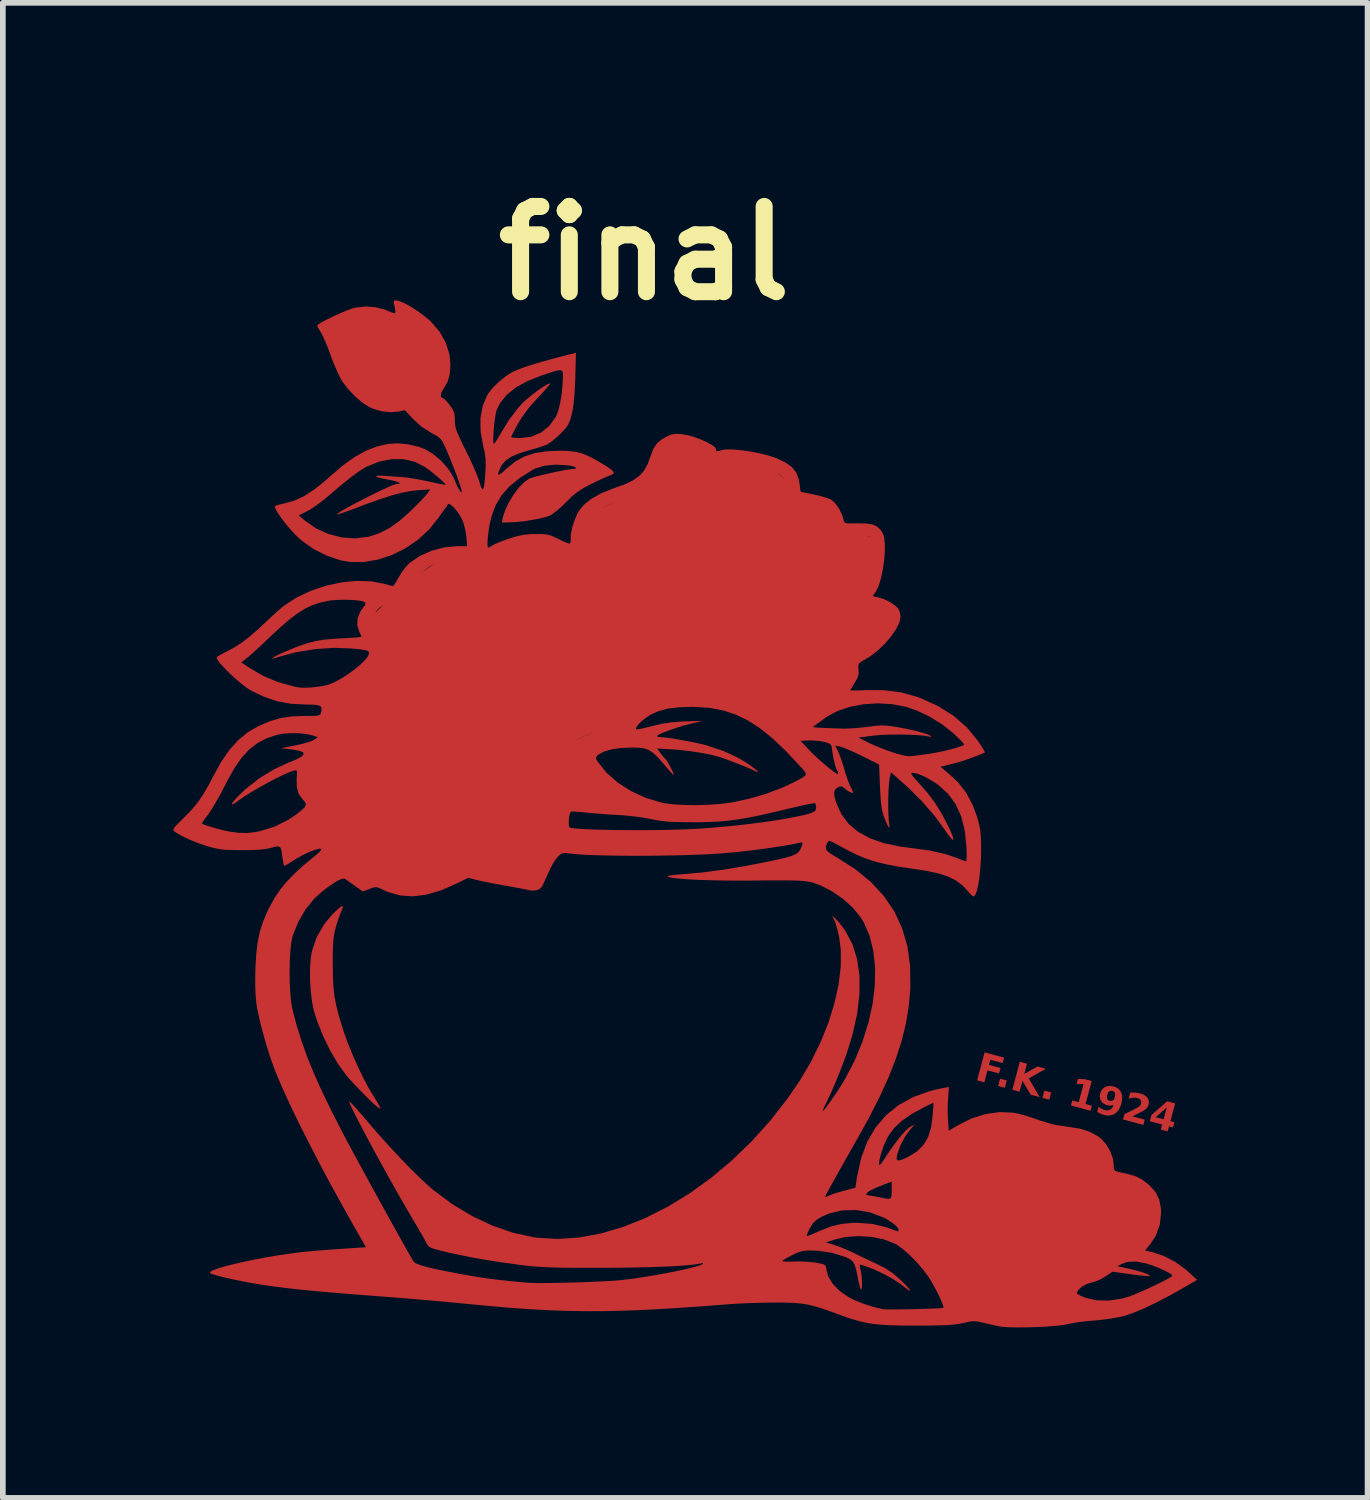
<source format=kicad_pcb>
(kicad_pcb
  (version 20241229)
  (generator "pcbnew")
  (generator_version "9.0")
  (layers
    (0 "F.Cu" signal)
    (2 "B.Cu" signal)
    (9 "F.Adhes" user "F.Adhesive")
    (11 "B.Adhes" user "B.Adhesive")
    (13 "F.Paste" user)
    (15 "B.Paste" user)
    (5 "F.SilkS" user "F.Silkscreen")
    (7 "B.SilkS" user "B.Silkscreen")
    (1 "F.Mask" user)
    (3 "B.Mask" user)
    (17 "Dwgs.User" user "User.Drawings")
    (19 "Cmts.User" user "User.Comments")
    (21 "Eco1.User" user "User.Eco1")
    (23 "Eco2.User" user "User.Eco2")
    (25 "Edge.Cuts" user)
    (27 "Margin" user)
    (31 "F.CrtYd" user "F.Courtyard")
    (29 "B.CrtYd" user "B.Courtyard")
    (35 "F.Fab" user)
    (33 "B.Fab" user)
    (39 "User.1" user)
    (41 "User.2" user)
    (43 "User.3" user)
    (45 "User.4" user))
  (footprint "final"
    (layer "F.Cu")
    (at 8.288 14.244)
    (property "Reference" "final" (at 0 -12.84 0) (layer "F.SilkS") (effects (font (size 1.5 1.5) (thickness 0.3))))
    (attr board_only exclude_from_pos_files exclude_from_bom)
    (fp_poly (pts (xy -4.01 -10.34) (xy -3.56 -10.85) (xy -3.89 -11.52) (xy -4.87 -11.7) (xy -5.51 -11.48) (xy -4.94 -10.45) (xy -4.47 -10.24)) (stroke (width 0.2) (type solid)) (fill yes) (layer "F.Cu"))
    (fp_poly (pts (xy 5.957 5.468) (xy 6.72 5.61) (xy 8.43 4.7) (xy 8.86 4.14) (xy 8.8 3.77) (xy 8.36 3.56) (xy 7.98 3.14) (xy 7.88 2.87) (xy 6.48 2.53) (xy 5.91 2.59) (xy 4.88 3.2) (xy 4.63 3.57) (xy 4.71 4.27) (xy 5.11 4.87) (xy 5.55 5.37) (xy 5.75 5.48)) (stroke (width 0.2) (type solid)) (fill yes) (layer "F.Cu"))
    (fp_poly (pts (xy -3.38 -2.05) (xy -1.97 -1.96) (xy -1.55 -3.27) (xy -1.41 -4.29) (xy -0.46 -4.72) (xy 0.56 -5.18) (xy 1.69 -4.94) (xy 2.39 -4.62) (xy 3.48 -5.33) (xy 3.71 -5.87) (xy 4.25 -6.49) (xy 3.81 -6.86) (xy 4.06 -7.68) (xy 3.17 -8.18) (xy 2.17 -8.98) (xy 1.36 -9.18) (xy 0.75 -9.34) (xy 0.36 -9.37) (xy 0.15 -8.84) (xy -0.28 -8.46) (xy -0.91 -8.17) (xy -0.95 -7.71) (xy -1.01 -7.38) (xy -1.95 -7.75) (xy -2.58 -7.5) (xy -3.52 -7.37) (xy -4.11 -6.98) (xy -4.36 -6.74) (xy -4.76 -6.35) (xy -4.64 -5.9) (xy -4.9 -5.3) (xy -5.4 -4.94) (xy -5.66 -4.03) (xy -5.81 -3.57) (xy -5.76 -3.18) (xy -5.55 -2.7) (xy -5.19 -2.13) (xy -5 -2.02) (xy -4.26 -2.01)) (stroke (width 0.2) (type solid)) (fill yes) (layer "F.Cu"))
    (fp_poly (pts (xy -5.305 -1.33) (xy -5.326 -1.279) (xy -5.352 -1.217) (xy -5.385 -1.124) (xy -5.419 -1.017) (xy -5.424 -0.999) (xy -5.446 -0.915) (xy -5.462 -0.835) (xy -5.473 -0.748) (xy -5.479 -0.641) (xy -5.483 -0.505) (xy -5.483 -0.339) (xy -5.481 -0.122) (xy -5.472 0.062) (xy -5.454 0.227) (xy -5.425 0.388) (xy -5.381 0.56) (xy -5.321 0.759) (xy -5.287 0.866) (xy -5.223 1.046) (xy -5.142 1.246) (xy -5.052 1.451) (xy -4.958 1.648) (xy -4.867 1.823) (xy -4.789 1.955) (xy -4.713 2.077) (xy -4.664 2.162) (xy -4.644 2.207) (xy -4.646 2.214) (xy -4.671 2.2) (xy -4.719 2.165) (xy -4.723 2.162) (xy -4.773 2.118) (xy -4.848 2.045) (xy -4.938 1.955) (xy -5.033 1.857) (xy -5.124 1.762) (xy -5.2 1.679) (xy -5.243 1.628) (xy -5.386 1.432) (xy -5.524 1.199) (xy -5.648 0.946) (xy -5.752 0.69) (xy -5.813 0.5) (xy -5.847 0.337) (xy -5.871 0.145) (xy -5.883 -0.059) (xy -5.883 -0.259) (xy -5.87 -0.438) (xy -5.85 -0.557) (xy -5.766 -0.806) (xy -5.633 -1.035) (xy -5.495 -1.2) (xy -5.406 -1.287) (xy -5.344 -1.339) (xy -5.309 -1.353)) (stroke (width 0) (type solid)) (fill yes) (layer "F.Cu"))
    (fp_poly (pts (xy -4.301 -11.993) (xy -4.201 -11.949) (xy -4.084 -11.882) (xy -3.961 -11.8) (xy -3.841 -11.71) (xy -3.755 -11.635) (xy -3.604 -11.459) (xy -3.494 -11.263) (xy -3.429 -11.052) (xy -3.413 -10.879) (xy -3.424 -10.714) (xy -3.462 -10.579) (xy -3.531 -10.459) (xy -3.536 -10.452) (xy -3.575 -10.382) (xy -3.584 -10.325) (xy -3.562 -10.293) (xy -3.545 -10.29) (xy -3.516 -10.271) (xy -3.469 -10.221) (xy -3.427 -10.169) (xy -3.372 -10.09) (xy -3.344 -10.023) (xy -3.335 -9.942) (xy -3.335 -9.899) (xy -3.332 -9.838) (xy -3.324 -9.78) (xy -3.305 -9.716) (xy -3.272 -9.635) (xy -3.223 -9.53) (xy -3.153 -9.388) (xy -3.141 -9.365) (xy -3.071 -9.221) (xy -3.006 -9.079) (xy -2.952 -8.951) (xy -2.914 -8.85) (xy -2.902 -8.813) (xy -2.875 -8.726) (xy -2.853 -8.685) (xy -2.835 -8.69) (xy -2.821 -8.743) (xy -2.808 -8.846) (xy -2.798 -8.978) (xy -2.792 -9.118) (xy -2.795 -9.229) (xy -2.81 -9.334) (xy -2.837 -9.448) (xy -2.855 -9.549) (xy -2.66 -9.549) (xy -2.657 -9.496) (xy -2.65 -9.483) (xy -2.63 -9.504) (xy -2.594 -9.558) (xy -2.55 -9.632) (xy -2.39 -9.894) (xy -2.23 -10.107) (xy -2.146 -10.2) (xy -2.072 -10.269) (xy -1.981 -10.344) (xy -1.884 -10.418) (xy -1.791 -10.482) (xy -1.714 -10.529) (xy -1.664 -10.55) (xy -1.658 -10.551) (xy -1.664 -10.534) (xy -1.7 -10.486) (xy -1.763 -10.416) (xy -1.844 -10.329) (xy -1.863 -10.309) (xy -2.026 -10.128) (xy -2.153 -9.957) (xy -2.221 -9.845) (xy -2.274 -9.748) (xy -2.315 -9.668) (xy -2.34 -9.617) (xy -2.345 -9.604) (xy -2.321 -9.595) (xy -2.259 -9.589) (xy -2.182 -9.587) (xy -1.99 -9.611) (xy -1.821 -9.682) (xy -1.677 -9.796) (xy -1.563 -9.954) (xy -1.547 -9.983) (xy -1.512 -10.079) (xy -1.48 -10.213) (xy -1.455 -10.371) (xy -1.439 -10.539) (xy -1.433 -10.688) (xy -1.435 -10.736) (xy -1.446 -10.767) (xy -1.473 -10.78) (xy -1.524 -10.776) (xy -1.605 -10.755) (xy -1.724 -10.716) (xy -1.811 -10.687) (xy -2.06 -10.588) (xy -2.261 -10.477) (xy -2.418 -10.351) (xy -2.535 -10.208) (xy -2.596 -10.091) (xy -2.612 -10.035) (xy -2.627 -9.949) (xy -2.641 -9.845) (xy -2.651 -9.736) (xy -2.658 -9.633) (xy -2.66 -9.549) (xy -2.855 -9.549) (xy -2.882 -9.7) (xy -2.885 -9.937) (xy -2.845 -10.153) (xy -2.764 -10.343) (xy -2.749 -10.368) (xy -2.669 -10.469) (xy -2.56 -10.577) (xy -2.44 -10.674) (xy -2.326 -10.747) (xy -2.31 -10.755) (xy -2.187 -10.806) (xy -2.029 -10.861) (xy -1.832 -10.921) (xy -1.59 -10.988) (xy -1.526 -11.005) (xy -1.205 -11.088) (xy -1.216 -10.644) (xy -1.227 -10.398) (xy -1.244 -10.197) (xy -1.27 -10.036) (xy -1.305 -9.907) (xy -1.341 -9.822) (xy -1.386 -9.759) (xy -1.46 -9.679) (xy -1.547 -9.597) (xy -1.634 -9.525) (xy -1.707 -9.476) (xy -1.709 -9.475) (xy -1.769 -9.451) (xy -1.863 -9.419) (xy -1.972 -9.387) (xy -2.006 -9.378) (xy -2.193 -9.321) (xy -2.335 -9.262) (xy -2.437 -9.195) (xy -2.506 -9.117) (xy -2.527 -9.08) (xy -2.565 -8.993) (xy -2.575 -8.947) (xy -2.555 -8.942) (xy -2.504 -8.977) (xy -2.425 -9.049) (xy -2.273 -9.173) (xy -2.11 -9.263) (xy -1.925 -9.323) (xy -1.71 -9.355) (xy -1.485 -9.364) (xy -1.328 -9.359) (xy -1.197 -9.342) (xy -1.076 -9.309) (xy -0.951 -9.254) (xy -0.804 -9.173) (xy -0.755 -9.144) (xy -0.642 -9.073) (xy -0.572 -9.023) (xy -0.54 -8.987) (xy -0.543 -8.961) (xy -0.578 -8.94) (xy -0.599 -8.932) (xy -0.659 -8.908) (xy -0.75 -8.867) (xy -0.859 -8.816) (xy -0.935 -8.779) (xy -1.072 -8.707) (xy -1.18 -8.637) (xy -1.279 -8.556) (xy -1.368 -8.468) (xy -1.457 -8.381) (xy -1.546 -8.303) (xy -1.62 -8.247) (xy -1.648 -8.229) (xy -1.724 -8.201) (xy -1.838 -8.172) (xy -1.974 -8.146) (xy -2.12 -8.123) (xy -2.259 -8.108) (xy -2.379 -8.102) (xy -2.38 -8.102) (xy -2.507 -8.102) (xy -2.491 -8.187) (xy -2.451 -8.315) (xy -2.386 -8.453) (xy -2.303 -8.589) (xy -2.211 -8.712) (xy -2.116 -8.81) (xy -2.028 -8.872) (xy -2.011 -8.879) (xy -1.942 -8.901) (xy -1.838 -8.928) (xy -1.715 -8.957) (xy -1.585 -8.986) (xy -1.462 -9.011) (xy -1.359 -9.03) (xy -1.29 -9.039) (xy -1.278 -9.04) (xy -1.216 -9.046) (xy -1.199 -9.06) (xy -1.224 -9.079) (xy -1.286 -9.097) (xy -1.344 -9.106) (xy -1.559 -9.119) (xy -1.753 -9.1) (xy -1.915 -9.053) (xy -1.969 -9.026) (xy -2.196 -8.882) (xy -2.377 -8.734) (xy -2.516 -8.576) (xy -2.619 -8.4) (xy -2.692 -8.201) (xy -2.723 -8.067) (xy -2.743 -7.944) (xy -2.756 -7.831) (xy -2.761 -7.739) (xy -2.758 -7.678) (xy -2.747 -7.659) (xy -2.718 -7.672) (xy -2.674 -7.698) (xy -2.624 -7.724) (xy -2.538 -7.76) (xy -2.434 -7.799) (xy -2.388 -7.815) (xy -2.247 -7.859) (xy -2.125 -7.884) (xy -1.992 -7.896) (xy -1.925 -7.897) (xy -1.808 -7.897) (xy -1.724 -7.891) (xy -1.655 -7.875) (xy -1.582 -7.845) (xy -1.513 -7.811) (xy -1.426 -7.769) (xy -1.355 -7.74) (xy -1.315 -7.729) (xy -1.312 -7.73) (xy -1.297 -7.759) (xy -1.297 -7.813) (xy -1.294 -7.896) (xy -1.287 -7.931) (xy -0.965 -7.931) (xy -0.956 -7.787) (xy -0.92 -7.666) (xy -0.89 -7.62) (xy -0.834 -7.551) (xy -0.762 -7.47) (xy -0.683 -7.385) (xy -0.605 -7.305) (xy -0.537 -7.24) (xy -0.488 -7.199) (xy -0.469 -7.19) (xy -0.457 -7.214) (xy -0.441 -7.275) (xy -0.424 -7.362) (xy -0.395 -7.482) (xy -0.353 -7.608) (xy -0.322 -7.681) (xy -0.234 -7.819) (xy -0.109 -7.965) (xy 0.044 -8.108) (xy 0.214 -8.237) (xy 0.345 -8.318) (xy 0.443 -8.371) (xy 0.543 -8.421) (xy 0.637 -8.465) (xy 0.717 -8.499) (xy 0.775 -8.52) (xy 0.806 -8.526) (xy 0.802 -8.514) (xy 0.782 -8.499) (xy 0.619 -8.374) (xy 0.454 -8.228) (xy 0.295 -8.07) (xy 0.151 -7.91) (xy 0.032 -7.757) (xy -0.055 -7.621) (xy -0.071 -7.59) (xy -0.154 -7.359) (xy -0.191 -7.122) (xy -0.183 -6.884) (xy -0.132 -6.655) (xy -0.04 -6.44) (xy 0.092 -6.247) (xy 0.263 -6.084) (xy 0.285 -6.067) (xy 0.349 -6.025) (xy 0.444 -5.967) (xy 0.564 -5.899) (xy 0.699 -5.824) (xy 0.842 -5.747) (xy 0.985 -5.671) (xy 1.119 -5.602) (xy 1.236 -5.543) (xy 1.329 -5.499) (xy 1.389 -5.475) (xy 1.406 -5.471) (xy 1.421 -5.495) (xy 1.431 -5.558) (xy 1.433 -5.623) (xy 1.416 -5.81) (xy 1.371 -6.014) (xy 1.301 -6.222) (xy 1.213 -6.42) (xy 1.112 -6.594) (xy 1.003 -6.731) (xy 0.99 -6.744) (xy 0.902 -6.828) (xy 0.801 -6.924) (xy 0.725 -6.995) (xy 0.617 -7.104) (xy 0.546 -7.206) (xy 0.504 -7.317) (xy 0.485 -7.451) (xy 0.482 -7.568) (xy 0.487 -7.703) (xy 0.491 -7.725) (xy 0.706 -7.725) (xy 0.71 -7.65) (xy 0.751 -7.453) (xy 0.844 -7.261) (xy 0.987 -7.076) (xy 0.988 -7.075) (xy 1.202 -6.822) (xy 1.377 -6.562) (xy 1.51 -6.302) (xy 1.599 -6.048) (xy 1.629 -5.902) (xy 1.637 -5.854) (xy 1.647 -5.819) (xy 1.669 -5.797) (xy 1.708 -5.786) (xy 1.774 -5.784) (xy 1.872 -5.789) (xy 2.012 -5.801) (xy 2.097 -5.809) (xy 2.289 -5.829) (xy 2.448 -5.85) (xy 2.568 -5.873) (xy 2.645 -5.896) (xy 2.676 -5.919) (xy 2.676 -5.924) (xy 2.649 -5.959) (xy 2.585 -6.02) (xy 2.49 -6.102) (xy 2.37 -6.2) (xy 2.23 -6.31) (xy 2.077 -6.426) (xy 1.917 -6.545) (xy 1.863 -6.584) (xy 1.647 -6.743) (xy 1.471 -6.883) (xy 1.332 -7.009) (xy 1.222 -7.125) (xy 1.209 -7.144) (xy 1.644 -7.144) (xy 1.668 -7.003) (xy 1.743 -6.872) (xy 1.796 -6.814) (xy 1.923 -6.725) (xy 2.063 -6.684) (xy 2.208 -6.69) (xy 2.348 -6.744) (xy 2.381 -6.766) (xy 2.479 -6.851) (xy 2.564 -6.955) (xy 2.626 -7.063) (xy 2.656 -7.161) (xy 2.657 -7.183) (xy 2.644 -7.259) (xy 2.599 -7.329) (xy 2.569 -7.362) (xy 2.514 -7.412) (xy 2.464 -7.439) (xy 2.399 -7.449) (xy 2.321 -7.451) (xy 2.238 -7.448) (xy 2.181 -7.44) (xy 2.163 -7.431) (xy 2.183 -7.406) (xy 2.233 -7.364) (xy 2.27 -7.336) (xy 2.375 -7.233) (xy 2.435 -7.107) (xy 2.449 -7.002) (xy 2.448 -6.917) (xy 2.325 -7.053) (xy 2.198 -7.166) (xy 2.039 -7.263) (xy 1.87 -7.335) (xy 1.781 -7.359) (xy 1.723 -7.365) (xy 1.692 -7.343) (xy 1.67 -7.292) (xy 1.644 -7.144) (xy 1.209 -7.144) (xy 1.138 -7.237) (xy 1.076 -7.346) (xy 1.006 -7.519) (xy 0.95 -7.71) (xy 0.946 -7.729) (xy 1.147 -7.729) (xy 1.158 -7.648) (xy 1.189 -7.549) (xy 1.234 -7.441) (xy 1.286 -7.338) (xy 1.34 -7.249) (xy 1.39 -7.188) (xy 1.43 -7.164) (xy 1.431 -7.164) (xy 1.447 -7.187) (xy 1.462 -7.245) (xy 1.467 -7.275) (xy 1.507 -7.463) (xy 1.528 -7.52) (xy 1.749 -7.52) (xy 1.777 -7.491) (xy 1.846 -7.485) (xy 1.957 -7.501) (xy 2.068 -7.525) (xy 2.251 -7.563) (xy 2.397 -7.578) (xy 2.518 -7.57) (xy 2.624 -7.541) (xy 2.652 -7.529) (xy 2.752 -7.456) (xy 2.824 -7.348) (xy 2.862 -7.216) (xy 2.865 -7.162) (xy 2.841 -6.999) (xy 2.774 -6.842) (xy 2.67 -6.702) (xy 2.537 -6.59) (xy 2.436 -6.537) (xy 2.36 -6.502) (xy 2.308 -6.473) (xy 2.293 -6.458) (xy 2.316 -6.416) (xy 2.375 -6.375) (xy 2.455 -6.344) (xy 2.54 -6.331) (xy 2.548 -6.33) (xy 2.617 -6.334) (xy 2.67 -6.352) (xy 2.723 -6.392) (xy 2.786 -6.454) (xy 2.891 -6.585) (xy 2.992 -6.749) (xy 3.079 -6.928) (xy 3.14 -7.096) (xy 3.173 -7.279) (xy 3.161 -7.437) (xy 3.103 -7.571) (xy 2.999 -7.682) (xy 2.868 -7.76) (xy 2.803 -7.788) (xy 2.744 -7.807) (xy 2.678 -7.819) (xy 2.592 -7.825) (xy 2.474 -7.828) (xy 2.384 -7.828) (xy 2.203 -7.824) (xy 2.065 -7.812) (xy 1.963 -7.789) (xy 1.887 -7.753) (xy 1.83 -7.7) (xy 1.798 -7.654) (xy 1.757 -7.574) (xy 1.749 -7.52) (xy 1.528 -7.52) (xy 1.569 -7.63) (xy 1.648 -7.767) (xy 1.74 -7.866) (xy 1.805 -7.906) (xy 1.873 -7.929) (xy 1.971 -7.953) (xy 2.08 -7.974) (xy 2.084 -7.975) (xy 2.279 -8.006) (xy 2.123 -8.08) (xy 2.013 -8.125) (xy 1.91 -8.148) (xy 1.787 -8.154) (xy 1.786 -8.154) (xy 1.632 -8.142) (xy 1.498 -8.101) (xy 1.368 -8.025) (xy 1.266 -7.942) (xy 1.198 -7.878) (xy 1.162 -7.828) (xy 1.148 -7.774) (xy 1.147 -7.729) (xy 0.946 -7.729) (xy 0.915 -7.896) (xy 0.908 -7.986) (xy 0.901 -8.055) (xy 0.89 -8.097) (xy 0.884 -8.102) (xy 0.851 -8.082) (xy 0.805 -8.031) (xy 0.759 -7.967) (xy 0.723 -7.904) (xy 0.713 -7.876) (xy 0.706 -7.815) (xy 0.706 -7.725) (xy 0.491 -7.725) (xy 0.507 -7.82) (xy 0.545 -7.932) (xy 0.607 -8.051) (xy 0.698 -8.189) (xy 0.757 -8.271) (xy 0.758 -8.272) (xy 1.107 -8.272) (xy 1.132 -8.237) (xy 1.161 -8.232) (xy 1.198 -8.245) (xy 1.27 -8.28) (xy 1.368 -8.332) (xy 1.418 -8.361) (xy 1.824 -8.361) (xy 1.846 -8.341) (xy 1.904 -8.318) (xy 1.934 -8.31) (xy 2.073 -8.272) (xy 2.174 -8.242) (xy 2.248 -8.215) (xy 2.309 -8.186) (xy 2.358 -8.158) (xy 2.439 -8.1) (xy 2.512 -8.034) (xy 2.528 -8.017) (xy 2.582 -7.968) (xy 2.657 -7.93) (xy 2.767 -7.895) (xy 2.786 -7.891) (xy 2.978 -7.828) (xy 3.126 -7.751) (xy 3.229 -7.659) (xy 3.251 -7.627) (xy 3.286 -7.54) (xy 3.316 -7.403) (xy 3.333 -7.277) (xy 3.346 -7.144) (xy 3.35 -7.046) (xy 3.345 -6.965) (xy 3.33 -6.885) (xy 3.323 -6.856) (xy 3.296 -6.74) (xy 3.283 -6.659) (xy 3.286 -6.62) (xy 3.291 -6.617) (xy 3.317 -6.627) (xy 3.377 -6.655) (xy 3.459 -6.694) (xy 3.467 -6.698) (xy 3.598 -6.767) (xy 3.693 -6.835) (xy 3.768 -6.914) (xy 3.819 -6.987) (xy 3.876 -7.102) (xy 3.926 -7.251) (xy 3.963 -7.414) (xy 3.984 -7.573) (xy 3.986 -7.637) (xy 3.985 -7.751) (xy 3.977 -7.823) (xy 3.953 -7.86) (xy 3.903 -7.87) (xy 3.818 -7.858) (xy 3.717 -7.838) (xy 3.601 -7.812) (xy 3.493 -7.784) (xy 3.413 -7.759) (xy 3.392 -7.751) (xy 3.333 -7.725) (xy 3.297 -7.712) (xy 3.295 -7.711) (xy 3.289 -7.735) (xy 3.285 -7.798) (xy 3.283 -7.888) (xy 3.282 -7.907) (xy 3.271 -8.079) (xy 3.237 -8.206) (xy 3.178 -8.295) (xy 3.142 -8.324) (xy 3.071 -8.356) (xy 2.961 -8.389) (xy 2.824 -8.42) (xy 2.673 -8.448) (xy 2.52 -8.469) (xy 2.379 -8.483) (xy 2.261 -8.485) (xy 2.24 -8.484) (xy 2.127 -8.472) (xy 2.016 -8.45) (xy 1.921 -8.422) (xy 1.853 -8.392) (xy 1.824 -8.364) (xy 1.824 -8.361) (xy 1.418 -8.361) (xy 1.481 -8.397) (xy 1.51 -8.414) (xy 1.706 -8.523) (xy 1.877 -8.599) (xy 2.034 -8.647) (xy 2.191 -8.671) (xy 2.296 -8.675) (xy 2.391 -8.68) (xy 2.445 -8.701) (xy 2.47 -8.747) (xy 2.475 -8.82) (xy 2.45 -8.88) (xy 2.382 -8.941) (xy 2.277 -8.999) (xy 2.145 -9.051) (xy 1.994 -9.094) (xy 1.83 -9.125) (xy 1.664 -9.142) (xy 1.587 -9.144) (xy 1.357 -9.144) (xy 1.341 -9.046) (xy 1.296 -8.808) (xy 1.244 -8.618) (xy 1.184 -8.471) (xy 1.17 -8.446) (xy 1.12 -8.341) (xy 1.107 -8.272) (xy 0.758 -8.272) (xy 0.87 -8.435) (xy 0.951 -8.576) (xy 1.005 -8.707) (xy 1.039 -8.841) (xy 1.04 -8.844) (xy 1.064 -9.024) (xy 1.063 -9.162) (xy 1.036 -9.256) (xy 1.028 -9.268) (xy 0.978 -9.309) (xy 0.895 -9.348) (xy 0.791 -9.381) (xy 0.68 -9.407) (xy 0.574 -9.422) (xy 0.488 -9.423) (xy 0.433 -9.407) (xy 0.426 -9.4) (xy 0.406 -9.357) (xy 0.384 -9.281) (xy 0.369 -9.211) (xy 0.324 -9.053) (xy 0.254 -8.917) (xy 0.153 -8.798) (xy 0.016 -8.693) (xy -0.163 -8.595) (xy -0.387 -8.502) (xy -0.442 -8.482) (xy -0.605 -8.418) (xy -0.727 -8.358) (xy -0.814 -8.297) (xy -0.878 -8.227) (xy -0.901 -8.191) (xy -0.947 -8.073) (xy -0.965 -7.931) (xy -1.287 -7.931) (xy -1.271 -8.008) (xy -1.233 -8.13) (xy -1.185 -8.246) (xy -1.156 -8.3) (xy -1.065 -8.413) (xy -0.929 -8.521) (xy -0.757 -8.617) (xy -0.557 -8.696) (xy -0.548 -8.7) (xy -0.355 -8.768) (xy -0.206 -8.839) (xy -0.093 -8.917) (xy -0.008 -9.01) (xy 0.056 -9.125) (xy 0.106 -9.26) (xy 0.155 -9.392) (xy 0.216 -9.487) (xy 0.301 -9.561) (xy 0.392 -9.614) (xy 0.473 -9.648) (xy 0.55 -9.661) (xy 0.649 -9.656) (xy 0.656 -9.656) (xy 0.761 -9.637) (xy 0.876 -9.605) (xy 0.991 -9.563) (xy 1.097 -9.515) (xy 1.185 -9.467) (xy 1.244 -9.423) (xy 1.265 -9.386) (xy 1.262 -9.376) (xy 1.264 -9.355) (xy 1.308 -9.358) (xy 1.359 -9.374) (xy 1.437 -9.387) (xy 1.552 -9.386) (xy 1.694 -9.374) (xy 1.851 -9.352) (xy 2.01 -9.322) (xy 2.161 -9.285) (xy 2.291 -9.245) (xy 2.332 -9.229) (xy 2.487 -9.154) (xy 2.597 -9.074) (xy 2.671 -8.981) (xy 2.715 -8.865) (xy 2.732 -8.77) (xy 2.748 -8.641) (xy 2.977 -8.595) (xy 3.091 -8.568) (xy 3.196 -8.538) (xy 3.274 -8.509) (xy 3.289 -8.5) (xy 3.359 -8.439) (xy 3.426 -8.343) (xy 3.479 -8.232) (xy 3.503 -8.151) (xy 3.511 -8.119) (xy 3.526 -8.099) (xy 3.56 -8.088) (xy 3.622 -8.085) (xy 3.723 -8.085) (xy 3.759 -8.086) (xy 3.904 -8.083) (xy 4.009 -8.067) (xy 4.087 -8.035) (xy 4.148 -7.981) (xy 4.187 -7.927) (xy 4.216 -7.848) (xy 4.23 -7.731) (xy 4.23 -7.589) (xy 4.218 -7.431) (xy 4.195 -7.271) (xy 4.163 -7.119) (xy 4.122 -6.987) (xy 4.074 -6.888) (xy 4.064 -6.872) (xy 4.012 -6.802) (xy 4.11 -6.785) (xy 4.212 -6.754) (xy 4.319 -6.702) (xy 4.412 -6.64) (xy 4.467 -6.585) (xy 4.495 -6.518) (xy 4.507 -6.439) (xy 4.486 -6.34) (xy 4.428 -6.223) (xy 4.34 -6.096) (xy 4.231 -5.969) (xy 4.106 -5.849) (xy 3.974 -5.746) (xy 3.883 -5.691) (xy 3.81 -5.649) (xy 3.773 -5.617) (xy 3.762 -5.578) (xy 3.766 -5.519) (xy 3.767 -5.513) (xy 3.77 -5.439) (xy 3.753 -5.374) (xy 3.709 -5.294) (xy 3.701 -5.281) (xy 3.658 -5.212) (xy 3.629 -5.163) (xy 3.621 -5.147) (xy 3.645 -5.145) (xy 3.711 -5.145) (xy 3.808 -5.148) (xy 3.904 -5.152) (xy 4.222 -5.15) (xy 4.513 -5.112) (xy 4.79 -5.036) (xy 4.859 -5.011) (xy 5.172 -4.869) (xy 5.443 -4.697) (xy 5.674 -4.495) (xy 5.867 -4.26) (xy 5.877 -4.246) (xy 5.932 -4.163) (xy 5.972 -4.097) (xy 5.99 -4.06) (xy 5.99 -4.055) (xy 5.955 -4.038) (xy 5.885 -4.009) (xy 5.794 -3.974) (xy 5.695 -3.938) (xy 5.605 -3.907) (xy 5.535 -3.886) (xy 5.529 -3.884) (xy 5.429 -3.858) (xy 5.327 -3.832) (xy 5.314 -3.828) (xy 5.209 -3.801) (xy 5.333 -3.701) (xy 5.518 -3.531) (xy 5.664 -3.342) (xy 5.779 -3.124) (xy 5.854 -2.918) (xy 5.886 -2.804) (xy 5.907 -2.701) (xy 5.918 -2.591) (xy 5.924 -2.454) (xy 5.925 -2.384) (xy 5.922 -2.201) (xy 5.911 -2.024) (xy 5.895 -1.863) (xy 5.874 -1.724) (xy 5.848 -1.616) (xy 5.82 -1.545) (xy 5.795 -1.521) (xy 5.766 -1.535) (xy 5.72 -1.58) (xy 5.692 -1.613) (xy 5.597 -1.716) (xy 5.485 -1.8) (xy 5.349 -1.869) (xy 5.181 -1.924) (xy 4.975 -1.97) (xy 4.737 -2.007) (xy 4.477 -2.045) (xy 4.258 -2.086) (xy 4.069 -2.132) (xy 3.897 -2.188) (xy 3.732 -2.257) (xy 3.562 -2.342) (xy 3.482 -2.386) (xy 3.388 -2.437) (xy 3.311 -2.476) (xy 3.263 -2.498) (xy 3.253 -2.501) (xy 3.227 -2.479) (xy 3.203 -2.433) (xy 3.191 -2.383) (xy 3.201 -2.341) (xy 3.241 -2.299) (xy 3.317 -2.248) (xy 3.383 -2.21) (xy 3.708 -2.003) (xy 3.985 -1.776) (xy 4.215 -1.527) (xy 4.398 -1.256) (xy 4.535 -0.961) (xy 4.628 -0.641) (xy 4.675 -0.295) (xy 4.679 0.079) (xy 4.677 0.13) (xy 4.649 0.429) (xy 4.599 0.725) (xy 4.525 1.024) (xy 4.425 1.333) (xy 4.298 1.657) (xy 4.14 2.003) (xy 3.95 2.375) (xy 3.765 2.709) (xy 3.619 2.967) (xy 3.497 3.183) (xy 3.398 3.359) (xy 3.32 3.5) (xy 3.26 3.607) (xy 3.218 3.684) (xy 3.192 3.734) (xy 3.18 3.76) (xy 3.178 3.764) (xy 3.197 3.765) (xy 3.237 3.747) (xy 3.289 3.725) (xy 3.291 3.725) (xy 3.905 3.725) (xy 3.948 3.74) (xy 3.968 3.742) (xy 4.029 3.75) (xy 4.112 3.766) (xy 4.142 3.772) (xy 4.245 3.794) (xy 4.307 3.799) (xy 4.338 3.781) (xy 4.349 3.735) (xy 4.351 3.655) (xy 4.351 3.65) (xy 4.351 3.523) (xy 4.65 3.523) (xy 4.652 3.589) (xy 4.662 3.607) (xy 4.702 3.635) (xy 4.771 3.67) (xy 4.813 3.687) (xy 4.903 3.726) (xy 5.01 3.781) (xy 5.093 3.829) (xy 5.249 3.923) (xy 5.327 3.779) (xy 5.378 3.701) (xy 5.456 3.601) (xy 5.548 3.493) (xy 5.627 3.409) (xy 5.729 3.309) (xy 5.813 3.234) (xy 5.897 3.173) (xy 5.995 3.116) (xy 6.123 3.051) (xy 6.148 3.039) (xy 6.292 2.968) (xy 6.401 2.912) (xy 6.485 2.864) (xy 6.556 2.816) (xy 6.625 2.763) (xy 6.694 2.704) (xy 6.805 2.608) (xy 6.71 2.569) (xy 6.493 2.504) (xy 6.274 2.492) (xy 6.057 2.531) (xy 5.888 2.6) (xy 5.752 2.671) (xy 5.601 2.754) (xy 5.442 2.846) (xy 5.283 2.941) (xy 5.134 3.033) (xy 5.001 3.117) (xy 4.894 3.189) (xy 4.822 3.244) (xy 4.803 3.26) (xy 4.731 3.346) (xy 4.678 3.438) (xy 4.65 3.523) (xy 4.351 3.523) (xy 4.351 3.496) (xy 4.217 3.547) (xy 4.068 3.607) (xy 3.966 3.657) (xy 3.911 3.697) (xy 3.905 3.725) (xy 3.291 3.725) (xy 3.376 3.696) (xy 3.479 3.666) (xy 3.504 3.659) (xy 3.712 3.603) (xy 3.744 3.397) (xy 3.794 3.171) (xy 4.127 3.171) (xy 4.133 3.203) (xy 4.136 3.204) (xy 4.16 3.184) (xy 4.199 3.132) (xy 4.229 3.087) (xy 4.327 2.939) (xy 4.426 2.802) (xy 4.518 2.686) (xy 4.598 2.597) (xy 4.66 2.543) (xy 4.671 2.536) (xy 4.753 2.493) (xy 4.666 2.593) (xy 4.582 2.71) (xy 4.507 2.854) (xy 4.453 3) (xy 4.443 3.041) (xy 4.437 3.097) (xy 4.455 3.123) (xy 4.502 3.12) (xy 4.584 3.087) (xy 4.645 3.058) (xy 4.796 2.965) (xy 4.91 2.852) (xy 4.992 2.713) (xy 5.045 2.539) (xy 5.073 2.325) (xy 5.073 2.324) (xy 5.088 2.105) (xy 4.921 2.188) (xy 4.701 2.308) (xy 4.527 2.428) (xy 4.392 2.555) (xy 4.29 2.695) (xy 4.214 2.854) (xy 4.208 2.873) (xy 4.166 2.998) (xy 4.139 3.1) (xy 4.127 3.171) (xy 3.794 3.171) (xy 3.815 3.076) (xy 3.923 2.79) (xy 4.07 2.54) (xy 4.254 2.326) (xy 4.476 2.148) (xy 4.735 2.006) (xy 5.031 1.901) (xy 5.184 1.864) (xy 5.27 1.847) (xy 5.333 1.836) (xy 5.358 1.833) (xy 5.357 1.859) (xy 5.352 1.922) (xy 5.345 2.006) (xy 5.338 2.12) (xy 5.336 2.256) (xy 5.34 2.386) (xy 5.341 2.388) (xy 5.354 2.601) (xy 5.51 2.508) (xy 5.755 2.385) (xy 6.006 2.307) (xy 6.254 2.272) (xy 6.493 2.284) (xy 6.584 2.302) (xy 6.698 2.333) (xy 6.832 2.376) (xy 6.96 2.421) (xy 6.969 2.424) (xy 7.201 2.493) (xy 7.438 2.529) (xy 7.653 2.562) (xy 7.828 2.616) (xy 7.974 2.694) (xy 8.041 2.745) (xy 8.125 2.84) (xy 8.196 2.962) (xy 8.243 3.092) (xy 8.258 3.196) (xy 8.258 3.248) (xy 8.264 3.283) (xy 8.285 3.306) (xy 8.331 3.323) (xy 8.411 3.342) (xy 8.502 3.361) (xy 8.642 3.401) (xy 8.76 3.462) (xy 8.88 3.556) (xy 8.889 3.564) (xy 8.995 3.683) (xy 9.06 3.815) (xy 9.089 3.973) (xy 9.091 4.044) (xy 9.068 4.257) (xy 8.998 4.448) (xy 8.9 4.595) (xy 8.809 4.707) (xy 8.942 4.738) (xy 9.141 4.805) (xy 9.341 4.91) (xy 9.526 5.043) (xy 9.565 5.078) (xy 9.725 5.225) (xy 9.48 5.367) (xy 9.237 5.503) (xy 9.006 5.624) (xy 8.793 5.726) (xy 8.606 5.804) (xy 8.453 5.856) (xy 8.441 5.86) (xy 8.326 5.885) (xy 8.18 5.91) (xy 8.023 5.93) (xy 7.912 5.94) (xy 7.77 5.953) (xy 7.63 5.97) (xy 7.51 5.99) (xy 7.438 6.005) (xy 7.349 6.021) (xy 7.222 6.035) (xy 7.066 6.047) (xy 6.895 6.055) (xy 6.721 6.06) (xy 6.555 6.061) (xy 6.411 6.058) (xy 6.298 6.051) (xy 6.252 6.044) (xy 6.162 6.025) (xy 6.05 5.999) (xy 5.964 5.979) (xy 5.867 5.958) (xy 5.794 5.952) (xy 5.72 5.959) (xy 5.621 5.981) (xy 5.612 5.983) (xy 5.541 5.998) (xy 5.459 6.009) (xy 5.358 6.018) (xy 5.231 6.024) (xy 5.07 6.027) (xy 4.867 6.029) (xy 4.793 6.029) (xy 4.544 6.028) (xy 4.336 6.024) (xy 4.16 6.014) (xy 4.006 5.997) (xy 3.864 5.971) (xy 3.724 5.936) (xy 3.576 5.89) (xy 3.41 5.83) (xy 3.386 5.821) (xy 3.196 5.752) (xy 3.039 5.701) (xy 2.9 5.665) (xy 2.765 5.642) (xy 2.619 5.629) (xy 2.448 5.624) (xy 2.266 5.624) (xy 2.086 5.627) (xy 1.893 5.632) (xy 1.706 5.64) (xy 1.545 5.649) (xy 1.485 5.653) (xy 0.985 5.692) (xy 0.529 5.723) (xy 0.11 5.747) (xy -0.278 5.764) (xy -0.645 5.774) (xy -0.996 5.776) (xy -1.339 5.771) (xy -1.681 5.759) (xy -2.029 5.74) (xy -2.392 5.714) (xy -2.775 5.68) (xy -3.061 5.653) (xy -3.287 5.631) (xy -3.55 5.606) (xy -3.835 5.581) (xy -4.128 5.556) (xy -4.413 5.533) (xy -4.676 5.513) (xy -4.715 5.51) (xy -5.077 5.482) (xy -5.393 5.457) (xy -5.67 5.433) (xy -5.916 5.41) (xy -6.136 5.388) (xy -6.337 5.364) (xy -6.525 5.34) (xy -6.708 5.314) (xy -6.721 5.312) (xy -6.88 5.286) (xy -7.044 5.256) (xy -7.204 5.223) (xy -7.352 5.191) (xy -7.479 5.16) (xy -7.576 5.132) (xy -7.634 5.111) (xy -7.644 5.104) (xy -7.638 5.082) (xy -7.587 5.054) (xy -7.496 5.021) (xy -7.37 4.984) (xy -7.216 4.945) (xy -7.039 4.905) (xy -6.845 4.865) (xy -6.64 4.826) (xy -6.429 4.791) (xy -6.218 4.76) (xy -6.07 4.741) (xy -5.958 4.729) (xy -5.809 4.715) (xy -5.638 4.701) (xy -5.462 4.688) (xy -5.361 4.681) (xy -4.899 4.65) (xy -5.119 4.266) (xy -5.332 3.886) (xy -5.539 3.509) (xy -5.734 3.142) (xy -5.917 2.788) (xy -6.085 2.454) (xy -6.234 2.145) (xy -6.362 1.865) (xy -6.467 1.621) (xy -6.524 1.475) (xy -6.593 1.278) (xy -6.661 1.06) (xy -6.723 0.838) (xy -6.776 0.627) (xy -6.814 0.441) (xy -6.827 0.364) (xy -6.841 0.219) (xy -6.848 0.034) (xy -6.846 -0.181) (xy -6.845 -0.205) (xy -6.243 -0.205) (xy -6.24 -0.012) (xy -6.231 0.171) (xy -6.216 0.333) (xy -6.194 0.462) (xy -6.192 0.469) (xy -6.12 0.742) (xy -6.035 1.015) (xy -5.935 1.296) (xy -5.816 1.589) (xy -5.676 1.902) (xy -5.512 2.241) (xy -5.321 2.613) (xy -5.208 2.827) (xy -5.122 2.987) (xy -5.024 3.168) (xy -4.918 3.363) (xy -4.807 3.566) (xy -4.693 3.773) (xy -4.58 3.979) (xy -4.471 4.176) (xy -4.368 4.361) (xy -4.275 4.528) (xy -4.195 4.671) (xy -4.13 4.785) (xy -4.084 4.865) (xy -4.06 4.904) (xy -4.059 4.905) (xy -4.024 4.932) (xy -3.954 4.962) (xy -3.846 4.994) (xy -3.698 5.03) (xy -3.505 5.07) (xy -3.265 5.116) (xy -3.191 5.13) (xy -3.03 5.158) (xy -2.881 5.182) (xy -2.73 5.204) (xy -2.567 5.224) (xy -2.38 5.244) (xy -2.156 5.266) (xy -2.071 5.274) (xy -1.977 5.279) (xy -1.841 5.281) (xy -1.672 5.28) (xy -1.48 5.277) (xy -1.274 5.272) (xy -1.066 5.266) (xy -0.863 5.257) (xy -0.675 5.248) (xy -0.514 5.238) (xy -0.387 5.227) (xy -0.365 5.224) (xy -0.183 5.201) (xy 0.01 5.172) (xy 0.206 5.139) (xy 0.397 5.104) (xy 0.576 5.069) (xy 0.735 5.034) (xy 0.868 5.001) (xy 0.966 4.973) (xy 1.022 4.949) (xy 1.029 4.944) (xy 1.034 4.928) (xy 1.003 4.933) (xy 0.915 4.95) (xy 0.778 4.965) (xy 0.597 4.979) (xy 0.377 4.991) (xy 0.12 5) (xy -0.169 5.007) (xy -0.486 5.011) (xy -0.742 5.013) (xy -1.024 5.013) (xy -1.26 5.012) (xy -1.458 5.01) (xy -1.625 5.006) (xy -1.768 5) (xy -1.894 4.992) (xy -2.01 4.982) (xy -2.122 4.97) (xy -2.136 4.968) (xy -2.589 4.906) (xy -2.654 4.895) (xy 2.423 4.895) (xy 2.447 4.902) (xy 2.51 4.904) (xy 2.601 4.903) (xy 2.629 4.902) (xy 2.76 4.901) (xy 2.901 4.909) (xy 3.015 4.922) (xy 3.108 4.94) (xy 3.163 4.956) (xy 3.188 4.977) (xy 3.198 5.012) (xy 3.199 5.032) (xy 3.234 5.164) (xy 3.314 5.295) (xy 3.432 5.417) (xy 3.582 5.523) (xy 3.684 5.576) (xy 3.844 5.641) (xy 4.013 5.696) (xy 4.167 5.734) (xy 4.207 5.741) (xy 4.255 5.744) (xy 4.341 5.745) (xy 4.457 5.744) (xy 4.591 5.743) (xy 4.734 5.74) (xy 4.878 5.736) (xy 5.011 5.732) (xy 5.125 5.727) (xy 5.209 5.723) (xy 5.255 5.718) (xy 5.26 5.716) (xy 5.258 5.685) (xy 5.235 5.62) (xy 5.196 5.531) (xy 5.145 5.428) (xy 5.089 5.322) (xy 5.031 5.223) (xy 4.999 5.172) (xy 4.904 5.044) (xy 4.79 4.913) (xy 4.668 4.79) (xy 4.549 4.684) (xy 4.443 4.607) (xy 4.41 4.589) (xy 4.212 4.512) (xy 3.987 4.467) (xy 3.751 4.454) (xy 3.521 4.474) (xy 3.37 4.51) (xy 3.192 4.565) (xy 3.348 4.612) (xy 3.453 4.65) (xy 3.576 4.701) (xy 3.686 4.752) (xy 3.799 4.808) (xy 3.935 4.873) (xy 4.066 4.934) (xy 4.092 4.946) (xy 4.244 5.023) (xy 4.375 5.112) (xy 4.503 5.223) (xy 4.581 5.299) (xy 4.64 5.362) (xy 4.673 5.403) (xy 4.677 5.414) (xy 4.65 5.408) (xy 4.606 5.375) (xy 4.604 5.374) (xy 4.504 5.295) (xy 4.37 5.208) (xy 4.219 5.125) (xy 4.067 5.052) (xy 4.006 5.027) (xy 3.911 4.992) (xy 3.836 4.967) (xy 3.794 4.956) (xy 3.788 4.957) (xy 3.788 4.985) (xy 3.801 5.044) (xy 3.804 5.056) (xy 3.817 5.119) (xy 3.825 5.197) (xy 3.829 5.276) (xy 3.827 5.344) (xy 3.821 5.389) (xy 3.81 5.398) (xy 3.806 5.393) (xy 3.791 5.348) (xy 3.771 5.269) (xy 3.754 5.184) (xy 3.728 5.054) (xy 3.702 4.965) (xy 3.668 4.905) (xy 3.621 4.864) (xy 3.554 4.83) (xy 3.534 4.822) (xy 3.301 4.749) (xy 3.059 4.713) (xy 2.953 4.708) (xy 2.846 4.709) (xy 2.763 4.722) (xy 2.68 4.751) (xy 2.595 4.792) (xy 2.512 4.836) (xy 2.451 4.872) (xy 2.423 4.894) (xy 2.423 4.895) (xy -2.654 4.895) (xy -3 4.837) (xy -3.378 4.759) (xy -3.467 4.739) (xy -3.602 4.706) (xy -3.695 4.681) (xy -3.756 4.659) (xy -3.794 4.637) (xy -3.817 4.61) (xy -3.835 4.577) (xy -3.862 4.525) (xy -3.911 4.439) (xy -3.974 4.329) (xy -4.046 4.207) (xy -4.069 4.168) (xy -4.168 4) (xy -4.275 3.815) (xy -4.387 3.619) (xy -4.501 3.415) (xy -4.615 3.209) (xy -4.726 3.007) (xy -4.831 2.812) (xy -4.928 2.63) (xy -5.014 2.466) (xy -5.086 2.325) (xy -5.142 2.212) (xy -5.179 2.132) (xy -5.194 2.09) (xy -5.192 2.084) (xy -5.169 2.103) (xy -5.118 2.156) (xy -5.046 2.237) (xy -4.957 2.338) (xy -4.858 2.455) (xy -4.677 2.665) (xy -4.487 2.876) (xy -4.296 3.081) (xy -4.111 3.272) (xy -3.939 3.44) (xy -3.789 3.579) (xy -3.725 3.634) (xy -3.391 3.885) (xy -3.038 4.098) (xy -2.675 4.27) (xy -2.307 4.397) (xy -1.942 4.476) (xy -1.889 4.483) (xy -1.523 4.505) (xy -1.146 4.479) (xy -0.933 4.44) (xy 2.857 4.44) (xy 2.86 4.455) (xy 2.894 4.445) (xy 2.962 4.417) (xy 3.05 4.379) (xy 3.077 4.367) (xy 3.279 4.286) (xy 3.471 4.24) (xy 3.677 4.221) (xy 3.738 4.22) (xy 4.011 4.24) (xy 4.254 4.298) (xy 4.334 4.328) (xy 4.407 4.355) (xy 4.458 4.369) (xy 4.472 4.368) (xy 4.474 4.334) (xy 4.437 4.284) (xy 4.369 4.226) (xy 4.28 4.167) (xy 4.211 4.129) (xy 3.973 4.039) (xy 3.732 3.996) (xy 3.492 4.001) (xy 3.263 4.053) (xy 3.126 4.11) (xy 3.032 4.165) (xy 2.967 4.227) (xy 2.911 4.316) (xy 2.91 4.319) (xy 2.875 4.39) (xy 2.857 4.44) (xy -0.933 4.44) (xy -0.761 4.408) (xy -0.371 4.292) (xy 0.021 4.135) (xy 0.41 3.938) (xy 0.464 3.905) (xy 4.665 3.905) (xy 4.666 3.964) (xy 4.67 4.004) (xy 4.695 4.105) (xy 4.745 4.234) (xy 4.813 4.377) (xy 4.893 4.521) (xy 4.977 4.651) (xy 5.059 4.755) (xy 5.06 4.756) (xy 5.164 4.862) (xy 5.256 4.934) (xy 5.354 4.981) (xy 5.475 5.011) (xy 5.588 5.028) (xy 5.697 5.042) (xy 5.789 5.056) (xy 5.849 5.067) (xy 5.862 5.071) (xy 5.87 5.085) (xy 5.839 5.105) (xy 5.78 5.125) (xy 5.706 5.144) (xy 5.628 5.155) (xy 5.581 5.158) (xy 5.504 5.164) (xy 5.476 5.184) (xy 5.496 5.221) (xy 5.555 5.271) (xy 5.741 5.383) (xy 5.957 5.468) (xy 6.191 5.525) (xy 6.428 5.55) (xy 6.656 5.542) (xy 6.827 5.507) (xy 6.925 5.475) (xy 6.973 5.458) (xy 7.607 5.458) (xy 7.63 5.48) (xy 7.689 5.511) (xy 7.77 5.543) (xy 7.96 5.585) (xy 8.172 5.589) (xy 8.393 5.556) (xy 8.538 5.514) (xy 8.626 5.48) (xy 8.736 5.433) (xy 8.858 5.379) (xy 8.981 5.321) (xy 9.096 5.265) (xy 9.192 5.215) (xy 9.26 5.176) (xy 9.29 5.154) (xy 9.276 5.132) (xy 9.223 5.098) (xy 9.143 5.057) (xy 9.047 5.014) (xy 8.945 4.973) (xy 8.848 4.941) (xy 8.825 4.935) (xy 8.649 4.902) (xy 8.505 4.908) (xy 8.407 4.941) (xy 8.323 4.984) (xy 8.532 5.03) (xy 8.644 5.057) (xy 8.748 5.086) (xy 8.824 5.113) (xy 8.831 5.116) (xy 8.887 5.142) (xy 8.898 5.153) (xy 8.867 5.157) (xy 8.855 5.157) (xy 8.802 5.154) (xy 8.712 5.145) (xy 8.598 5.131) (xy 8.512 5.119) (xy 8.236 5.081) (xy 8.107 5.168) (xy 8.014 5.22) (xy 7.916 5.26) (xy 7.864 5.273) (xy 7.781 5.299) (xy 7.7 5.344) (xy 7.638 5.398) (xy 7.608 5.449) (xy 7.607 5.458) (xy 6.973 5.458) (xy 7.033 5.436) (xy 7.14 5.393) (xy 7.235 5.352) (xy 7.306 5.317) (xy 7.344 5.293) (xy 7.346 5.288) (xy 7.323 5.273) (xy 7.265 5.257) (xy 7.236 5.252) (xy 7.113 5.225) (xy 6.96 5.183) (xy 6.793 5.13) (xy 6.63 5.071) (xy 6.487 5.013) (xy 6.422 4.982) (xy 6.231 4.88) (xy 6.063 4.775) (xy 5.897 4.652) (xy 5.78 4.557) (xy 5.606 4.411) (xy 5.465 4.294) (xy 5.35 4.203) (xy 5.256 4.133) (xy 5.175 4.079) (xy 5.102 4.037) (xy 5.029 4.003) (xy 5.003 3.993) (xy 5.381 3.993) (xy 5.484 4.083) (xy 5.752 4.309) (xy 5.997 4.498) (xy 6.23 4.655) (xy 6.459 4.788) (xy 6.693 4.901) (xy 6.941 5) (xy 6.969 5.01) (xy 7.133 5.067) (xy 7.258 5.108) (xy 7.35 5.135) (xy 7.42 5.15) (xy 7.474 5.156) (xy 7.474 5.156) (xy 7.5 5.152) (xy 7.485 5.134) (xy 7.426 5.099) (xy 7.41 5.091) (xy 7.156 4.933) (xy 7.04 4.835) (xy 7.203 4.835) (xy 7.294 4.883) (xy 7.372 4.921) (xy 7.443 4.949) (xy 7.45 4.951) (xy 7.555 4.969) (xy 7.687 4.972) (xy 7.828 4.96) (xy 7.944 4.937) (xy 8.161 4.862) (xy 8.359 4.757) (xy 8.532 4.63) (xy 8.675 4.485) (xy 8.782 4.328) (xy 8.848 4.165) (xy 8.868 4.012) (xy 8.859 3.914) (xy 8.839 3.825) (xy 8.825 3.789) (xy 8.771 3.726) (xy 8.682 3.662) (xy 8.573 3.605) (xy 8.46 3.564) (xy 8.407 3.552) (xy 8.359 3.546) (xy 8.327 3.553) (xy 8.306 3.582) (xy 8.292 3.64) (xy 8.283 3.736) (xy 8.276 3.83) (xy 8.254 4.021) (xy 8.213 4.174) (xy 8.148 4.302) (xy 8.055 4.417) (xy 8.028 4.445) (xy 7.904 4.546) (xy 7.756 4.643) (xy 7.598 4.726) (xy 7.446 4.787) (xy 7.333 4.816) (xy 7.203 4.835) (xy 7.04 4.835) (xy 6.931 4.743) (xy 6.727 4.513) (xy 6.686 4.459) (xy 6.512 4.208) (xy 6.433 4.068) (xy 6.732 4.068) (xy 6.732 4.152) (xy 6.771 4.243) (xy 6.845 4.328) (xy 6.938 4.393) (xy 6.956 4.4) (xy 7.053 4.416) (xy 7.167 4.399) (xy 7.279 4.352) (xy 7.285 4.348) (xy 7.363 4.278) (xy 7.408 4.193) (xy 7.413 4.107) (xy 7.404 4.078) (xy 7.345 3.999) (xy 7.235 3.909) (xy 7.074 3.809) (xy 7.041 3.79) (xy 6.879 3.701) (xy 6.84 3.757) (xy 6.791 3.848) (xy 6.753 3.959) (xy 6.732 4.068) (xy 6.433 4.068) (xy 6.383 3.981) (xy 6.298 3.778) (xy 6.257 3.598) (xy 6.253 3.523) (xy 6.258 3.445) (xy 6.273 3.417) (xy 6.295 3.437) (xy 6.319 3.504) (xy 6.329 3.547) (xy 6.375 3.707) (xy 6.435 3.831) (xy 6.488 3.896) (xy 6.518 3.919) (xy 6.54 3.916) (xy 6.563 3.878) (xy 6.592 3.814) (xy 6.631 3.735) (xy 6.691 3.63) (xy 6.726 3.573) (xy 6.999 3.573) (xy 7.001 3.591) (xy 7.033 3.615) (xy 7.101 3.65) (xy 7.167 3.681) (xy 7.313 3.759) (xy 7.437 3.847) (xy 7.531 3.937) (xy 7.587 4.022) (xy 7.595 4.045) (xy 7.605 4.179) (xy 7.566 4.298) (xy 7.48 4.401) (xy 7.347 4.486) (xy 7.168 4.552) (xy 7.164 4.553) (xy 7.073 4.578) (xy 7.138 4.607) (xy 7.23 4.625) (xy 7.348 4.614) (xy 7.477 4.577) (xy 7.515 4.561) (xy 7.645 4.49) (xy 7.759 4.407) (xy 7.844 4.321) (xy 7.883 4.259) (xy 7.911 4.148) (xy 7.918 4.024) (xy 7.901 3.91) (xy 7.882 3.858) (xy 7.838 3.795) (xy 7.774 3.725) (xy 7.752 3.704) (xy 7.657 3.641) (xy 7.536 3.587) (xy 7.403 3.548) (xy 7.269 3.524) (xy 7.149 3.519) (xy 7.054 3.536) (xy 7.02 3.553) (xy 6.999 3.573) (xy 6.726 3.573) (xy 6.759 3.519) (xy 6.79 3.471) (xy 6.853 3.381) (xy 7.225 3.381) (xy 7.262 3.385) (xy 7.268 3.385) (xy 7.347 3.401) (xy 7.456 3.437) (xy 7.577 3.488) (xy 7.698 3.547) (xy 7.801 3.606) (xy 7.836 3.63) (xy 7.927 3.711) (xy 8.003 3.804) (xy 8.026 3.841) (xy 8.063 3.908) (xy 8.085 3.933) (xy 8.1 3.923) (xy 8.109 3.903) (xy 8.117 3.847) (xy 8.117 3.761) (xy 8.112 3.693) (xy 8.076 3.543) (xy 8.002 3.428) (xy 7.892 3.347) (xy 7.821 3.326) (xy 7.715 3.314) (xy 7.592 3.309) (xy 7.467 3.313) (xy 7.358 3.326) (xy 7.282 3.346) (xy 7.281 3.347) (xy 7.231 3.371) (xy 7.225 3.381) (xy 6.853 3.381) (xy 6.872 3.354) (xy 6.943 3.272) (xy 7.014 3.212) (xy 7.068 3.178) (xy 7.197 3.118) (xy 7.325 3.088) (xy 7.461 3.089) (xy 7.616 3.122) (xy 7.8 3.187) (xy 7.846 3.205) (xy 7.937 3.241) (xy 7.99 3.251) (xy 8.015 3.235) (xy 8.023 3.189) (xy 8.024 3.162) (xy 8.002 3.051) (xy 7.945 2.943) (xy 7.864 2.862) (xy 7.858 2.858) (xy 7.749 2.806) (xy 7.605 2.766) (xy 7.443 2.741) (xy 7.322 2.735) (xy 7.203 2.739) (xy 7.109 2.755) (xy 7.016 2.788) (xy 6.957 2.815) (xy 6.851 2.872) (xy 6.747 2.941) (xy 6.68 2.995) (xy 6.599 3.063) (xy 6.511 3.121) (xy 6.403 3.177) (xy 6.262 3.238) (xy 6.213 3.258) (xy 5.982 3.376) (xy 5.764 3.544) (xy 5.558 3.762) (xy 5.493 3.845) (xy 5.381 3.993) (xy 5.003 3.993) (xy 4.95 3.972) (xy 4.869 3.944) (xy 4.778 3.914) (xy 4.708 3.892) (xy 4.672 3.882) (xy 4.67 3.882) (xy 4.665 3.905) (xy 0.464 3.905) (xy 0.795 3.703) (xy 1.17 3.433) (xy 1.534 3.128) (xy 1.882 2.793) (xy 2.211 2.428) (xy 2.518 2.035) (xy 2.734 1.719) (xy 2.931 1.386) (xy 3.099 1.044) (xy 3.238 0.7) (xy 3.344 0.359) (xy 3.417 0.028) (xy 3.455 -0.287) (xy 3.456 -0.58) (xy 3.426 -0.808) (xy 3.4 -0.92) (xy 3.373 -1.021) (xy 3.347 -1.094) (xy 3.341 -1.107) (xy 3.302 -1.185) (xy 3.372 -1.121) (xy 3.424 -1.064) (xy 3.487 -0.983) (xy 3.537 -0.913) (xy 3.66 -0.681) (xy 3.742 -0.419) (xy 3.784 -0.127) (xy 3.784 0.191) (xy 3.745 0.534) (xy 3.664 0.901) (xy 3.561 1.237) (xy 3.496 1.415) (xy 3.421 1.607) (xy 3.343 1.796) (xy 3.268 1.967) (xy 3.213 2.083) (xy 3.172 2.166) (xy 3.145 2.228) (xy 3.136 2.258) (xy 3.136 2.259) (xy 3.154 2.243) (xy 3.194 2.193) (xy 3.25 2.117) (xy 3.315 2.024) (xy 3.384 1.923) (xy 3.45 1.822) (xy 3.506 1.732) (xy 3.528 1.696) (xy 3.699 1.367) (xy 3.837 1.032) (xy 3.943 0.696) (xy 4.016 0.364) (xy 4.054 0.04) (xy 4.059 -0.269) (xy 4.029 -0.559) (xy 3.963 -0.825) (xy 3.862 -1.061) (xy 3.802 -1.16) (xy 3.667 -1.323) (xy 3.495 -1.478) (xy 3.301 -1.612) (xy 3.1 -1.716) (xy 2.966 -1.763) (xy 2.916 -1.776) (xy 2.861 -1.786) (xy 2.796 -1.793) (xy 2.715 -1.799) (xy 2.611 -1.802) (xy 2.478 -1.804) (xy 2.31 -1.804) (xy 2.1 -1.803) (xy 1.93 -1.801) (xy 1.652 -1.8) (xy 1.389 -1.802) (xy 1.148 -1.807) (xy 0.932 -1.814) (xy 0.747 -1.824) (xy 0.597 -1.836) (xy 0.486 -1.85) (xy 0.421 -1.865) (xy 0.404 -1.875) (xy 0.423 -1.885) (xy 0.484 -1.895) (xy 0.575 -1.905) (xy 0.646 -1.91) (xy 0.999 -1.941) (xy 1.39 -1.992) (xy 1.806 -2.062) (xy 1.993 -2.098) (xy 2.202 -2.14) (xy 2.366 -2.175) (xy 2.491 -2.205) (xy 2.583 -2.232) (xy 2.648 -2.258) (xy 2.692 -2.285) (xy 2.722 -2.315) (xy 2.744 -2.351) (xy 2.746 -2.355) (xy 2.777 -2.428) (xy 2.783 -2.464) (xy 2.759 -2.471) (xy 2.721 -2.464) (xy 2.606 -2.439) (xy 2.449 -2.412) (xy 2.259 -2.383) (xy 2.047 -2.353) (xy 1.822 -2.325) (xy 1.595 -2.3) (xy 1.498 -2.291) (xy 1.312 -2.276) (xy 1.093 -2.263) (xy 0.847 -2.253) (xy 0.583 -2.245) (xy 0.308 -2.24) (xy 0.029 -2.237) (xy -0.246 -2.237) (xy -0.509 -2.239) (xy -0.753 -2.244) (xy -0.97 -2.251) (xy -1.153 -2.261) (xy -1.294 -2.274) (xy -1.331 -2.279) (xy -1.409 -2.286) (xy -1.46 -2.274) (xy -1.508 -2.236) (xy -1.515 -2.23) (xy -1.562 -2.173) (xy -1.611 -2.096) (xy -1.667 -1.988) (xy -1.734 -1.841) (xy -1.754 -1.795) (xy -1.794 -1.711) (xy -1.83 -1.663) (xy -1.874 -1.639) (xy -1.901 -1.632) (xy -1.964 -1.624) (xy -2.002 -1.626) (xy -2.003 -1.626) (xy -2.033 -1.634) (xy -2.106 -1.649) (xy -2.211 -1.669) (xy -2.339 -1.692) (xy -2.41 -1.705) (xy -2.561 -1.732) (xy -2.708 -1.76) (xy -2.835 -1.785) (xy -2.93 -1.806) (xy -2.951 -1.811) (xy -3.102 -1.849) (xy -3.29 -1.755) (xy -3.571 -1.631) (xy -3.832 -1.554) (xy -4.074 -1.523) (xy -4.3 -1.539) (xy -4.513 -1.601) (xy -4.579 -1.63) (xy -4.658 -1.668) (xy -4.711 -1.684) (xy -4.759 -1.681) (xy -4.821 -1.66) (xy -4.836 -1.654) (xy -4.954 -1.609) (xy -5.097 -1.71) (xy -5.175 -1.765) (xy -5.24 -1.811) (xy -5.274 -1.835) (xy -5.315 -1.834) (xy -5.386 -1.804) (xy -5.476 -1.75) (xy -5.579 -1.679) (xy -5.685 -1.595) (xy -5.784 -1.505) (xy -5.813 -1.477) (xy -5.961 -1.295) (xy -6.088 -1.078) (xy -6.184 -0.842) (xy -6.191 -0.821) (xy -6.213 -0.714) (xy -6.229 -0.568) (xy -6.239 -0.394) (xy -6.243 -0.205) (xy -6.845 -0.205) (xy -6.844 -0.257) (xy -6.83 -0.5) (xy -6.807 -0.706) (xy -6.77 -0.887) (xy -6.718 -1.057) (xy -6.646 -1.23) (xy -6.602 -1.321) (xy -6.513 -1.485) (xy -6.414 -1.634) (xy -6.299 -1.776) (xy -6.16 -1.92) (xy -5.991 -2.074) (xy -5.784 -2.245) (xy -5.769 -2.257) (xy -5.714 -2.307) (xy -5.685 -2.345) (xy -5.685 -2.358) (xy -5.721 -2.362) (xy -5.79 -2.344) (xy -5.882 -2.309) (xy -5.986 -2.262) (xy -6.089 -2.207) (xy -6.165 -2.161) (xy -6.243 -2.11) (xy -6.303 -2.074) (xy -6.334 -2.059) (xy -6.334 -2.059) (xy -6.346 -2.082) (xy -6.359 -2.143) (xy -6.369 -2.21) (xy -6.383 -2.315) (xy -6.401 -2.376) (xy -6.433 -2.401) (xy -6.487 -2.398) (xy -6.565 -2.377) (xy -6.657 -2.357) (xy -6.777 -2.344) (xy -6.934 -2.337) (xy -7.086 -2.336) (xy -7.245 -2.338) (xy -7.366 -2.342) (xy -7.463 -2.352) (xy -7.551 -2.368) (xy -7.644 -2.392) (xy -7.693 -2.406) (xy -7.853 -2.46) (xy -8.009 -2.524) (xy -8.148 -2.59) (xy -8.253 -2.653) (xy -8.267 -2.663) (xy -8.286 -2.682) (xy -8.288 -2.704) (xy -8.268 -2.737) (xy -8.221 -2.788) (xy -8.206 -2.804) (xy -7.786 -2.804) (xy -7.786 -2.803) (xy -7.749 -2.786) (xy -7.676 -2.761) (xy -7.581 -2.732) (xy -7.477 -2.703) (xy -7.378 -2.678) (xy -7.3 -2.662) (xy -7.294 -2.661) (xy -7.127 -2.64) (xy -6.982 -2.638) (xy -6.833 -2.656) (xy -6.763 -2.67) (xy -6.51 -2.748) (xy -6.266 -2.87) (xy -6.123 -2.966) (xy -6.102 -2.983) (xy -5.484 -2.983) (xy -5.483 -2.838) (xy -5.458 -2.665) (xy -5.383 -2.49) (xy -5.263 -2.317) (xy -5.144 -2.191) (xy -5.062 -2.12) (xy -4.988 -2.065) (xy -4.935 -2.035) (xy -4.921 -2.032) (xy -4.866 -2.04) (xy -4.786 -2.06) (xy -4.738 -2.075) (xy -4.666 -2.096) (xy -4.607 -2.104) (xy -4.541 -2.1) (xy -4.449 -2.083) (xy -4.413 -2.075) (xy -4.301 -2.053) (xy -4.192 -2.039) (xy -4.11 -2.033) (xy -4.109 -2.033) (xy -3.999 -2.034) (xy -4.09 -2.105) (xy -4.195 -2.195) (xy -4.307 -2.307) (xy -4.414 -2.428) (xy -4.506 -2.544) (xy -4.569 -2.642) (xy -4.574 -2.651) (xy -4.582 -2.665) (xy -4.391 -2.665) (xy -4.366 -2.595) (xy -4.325 -2.512) (xy -4.273 -2.43) (xy -4.218 -2.364) (xy -4.191 -2.339) (xy -4.021 -2.246) (xy -3.832 -2.198) (xy -3.631 -2.199) (xy -3.504 -2.224) (xy -3.422 -2.25) (xy -2.842 -2.25) (xy -2.826 -2.241) (xy -2.799 -2.24) (xy -2.729 -2.23) (xy -2.626 -2.203) (xy -2.504 -2.164) (xy -2.377 -2.118) (xy -2.259 -2.07) (xy -2.165 -2.025) (xy -2.13 -2.005) (xy -2.064 -1.963) (xy -2.017 -1.935) (xy -2.005 -1.93) (xy -1.992 -1.952) (xy -1.971 -2.012) (xy -1.946 -2.097) (xy -1.945 -2.104) (xy -1.916 -2.199) (xy -1.873 -2.325) (xy -1.822 -2.465) (xy -1.773 -2.592) (xy -1.722 -2.725) (xy -1.686 -2.824) (xy -1.332 -2.824) (xy -1.328 -2.762) (xy -1.317 -2.736) (xy -1.278 -2.725) (xy -1.193 -2.715) (xy -1.068 -2.707) (xy -0.911 -2.7) (xy -0.727 -2.694) (xy -0.523 -2.69) (xy -0.304 -2.688) (xy -0.078 -2.687) (xy 0.149 -2.688) (xy 0.371 -2.692) (xy 0.582 -2.697) (xy 0.775 -2.704) (xy 0.899 -2.71) (xy 1.196 -2.731) (xy 1.504 -2.759) (xy 1.809 -2.792) (xy 2.1 -2.829) (xy 2.363 -2.868) (xy 2.566 -2.904) (xy 2.73 -2.937) (xy 2.85 -2.964) (xy 2.932 -2.989) (xy 2.984 -3.012) (xy 3.011 -3.038) (xy 3.021 -3.069) (xy 3.022 -3.085) (xy 3.015 -3.139) (xy 3.002 -3.162) (xy 2.971 -3.16) (xy 2.898 -3.147) (xy 2.793 -3.126) (xy 2.664 -3.096) (xy 2.565 -3.073) (xy 2.283 -3.006) (xy 2.042 -2.951) (xy 1.833 -2.909) (xy 1.647 -2.877) (xy 1.474 -2.854) (xy 1.306 -2.839) (xy 1.134 -2.831) (xy 0.947 -2.827) (xy 0.886 -2.827) (xy 0.692 -2.828) (xy 0.539 -2.831) (xy 0.415 -2.838) (xy 0.308 -2.849) (xy 0.207 -2.865) (xy 0.117 -2.883) (xy -0.02 -2.908) (xy -0.186 -2.93) (xy -0.356 -2.948) (xy -0.469 -2.955) (xy -0.625 -2.964) (xy -0.791 -2.976) (xy -0.944 -2.989) (xy -1.038 -2.999) (xy -1.145 -3.009) (xy -1.231 -3.014) (xy -1.285 -3.014) (xy -1.296 -3.011) (xy -1.314 -2.97) (xy -1.327 -2.9) (xy -1.332 -2.824) (xy -1.686 -2.824) (xy -1.676 -2.855) (xy -1.639 -2.966) (xy -1.618 -3.043) (xy -1.589 -3.295) (xy -1.611 -3.537) (xy -1.684 -3.771) (xy -1.794 -3.968) (xy -0.852 -3.968) (xy -0.844 -3.931) (xy -0.82 -3.89) (xy -0.665 -3.697) (xy -0.469 -3.525) (xy -0.239 -3.377) (xy 0.016 -3.259) (xy 0.288 -3.176) (xy 0.339 -3.165) (xy 0.494 -3.143) (xy 0.685 -3.131) (xy 0.899 -3.128) (xy 1.119 -3.134) (xy 1.333 -3.149) (xy 1.525 -3.173) (xy 1.565 -3.18) (xy 1.861 -3.245) (xy 2.155 -3.332) (xy 2.203 -3.351) (xy 3.337 -3.351) (xy 3.346 -3.272) (xy 3.378 -3.163) (xy 3.467 -2.966) (xy 3.594 -2.798) (xy 3.76 -2.659) (xy 3.966 -2.546) (xy 4.214 -2.459) (xy 4.506 -2.398) (xy 4.709 -2.372) (xy 5.027 -2.328) (xy 5.3 -2.266) (xy 5.49 -2.202) (xy 5.572 -2.169) (xy 5.634 -2.146) (xy 5.66 -2.139) (xy 5.667 -2.162) (xy 5.67 -2.226) (xy 5.67 -2.32) (xy 5.667 -2.39) (xy 5.637 -2.679) (xy 5.574 -2.929) (xy 5.476 -3.144) (xy 5.343 -3.328) (xy 5.172 -3.483) (xy 5.107 -3.528) (xy 4.94 -3.626) (xy 4.803 -3.683) (xy 4.709 -3.699) (xy 4.694 -3.69) (xy 4.706 -3.66) (xy 4.75 -3.604) (xy 4.828 -3.518) (xy 4.84 -3.504) (xy 4.987 -3.337) (xy 5.11 -3.173) (xy 5.222 -2.993) (xy 5.334 -2.783) (xy 5.394 -2.656) (xy 5.428 -2.569) (xy 5.437 -2.523) (xy 5.422 -2.518) (xy 5.383 -2.558) (xy 5.32 -2.643) (xy 5.292 -2.685) (xy 5.108 -2.936) (xy 4.89 -3.189) (xy 4.651 -3.429) (xy 4.559 -3.511) (xy 4.338 -3.705) (xy 4.316 -3.604) (xy 4.305 -3.52) (xy 4.296 -3.4) (xy 4.291 -3.258) (xy 4.29 -3.111) (xy 4.293 -2.974) (xy 4.299 -2.862) (xy 4.305 -2.814) (xy 4.313 -2.747) (xy 4.306 -2.729) (xy 4.284 -2.761) (xy 4.247 -2.842) (xy 4.217 -2.918) (xy 4.193 -2.99) (xy 4.175 -3.073) (xy 4.162 -3.176) (xy 4.152 -3.312) (xy 4.145 -3.452) (xy 4.129 -3.843) (xy 3.83 -3.992) (xy 3.708 -4.051) (xy 3.595 -4.101) (xy 3.503 -4.139) (xy 3.444 -4.158) (xy 3.443 -4.158) (xy 3.356 -4.176) (xy 3.407 -4.074) (xy 3.439 -3.999) (xy 3.476 -3.894) (xy 3.511 -3.781) (xy 3.514 -3.769) (xy 3.548 -3.657) (xy 3.585 -3.55) (xy 3.618 -3.47) (xy 3.622 -3.464) (xy 3.653 -3.399) (xy 3.671 -3.357) (xy 3.673 -3.349) (xy 3.655 -3.343) (xy 3.611 -3.361) (xy 3.556 -3.395) (xy 3.524 -3.421) (xy 3.476 -3.456) (xy 3.433 -3.455) (xy 3.4 -3.439) (xy 3.355 -3.403) (xy 3.337 -3.351) (xy 2.203 -3.351) (xy 2.428 -3.436) (xy 2.596 -3.514) (xy 2.715 -3.575) (xy 2.793 -3.618) (xy 2.833 -3.652) (xy 2.84 -3.684) (xy 2.819 -3.722) (xy 2.773 -3.776) (xy 2.745 -3.806) (xy 2.497 -4.073) (xy 2.301 -4.259) (xy 2.748 -4.259) (xy 2.879 -4.119) (xy 2.956 -4.039) (xy 3.046 -3.954) (xy 3.141 -3.87) (xy 3.232 -3.793) (xy 3.311 -3.731) (xy 3.372 -3.689) (xy 3.405 -3.674) (xy 3.409 -3.676) (xy 3.403 -3.716) (xy 3.393 -3.733) (xy 3.371 -3.78) (xy 3.347 -3.862) (xy 3.324 -3.964) (xy 3.307 -4.068) (xy 3.301 -4.116) (xy 3.292 -4.171) (xy 3.268 -4.204) (xy 3.217 -4.226) (xy 3.164 -4.24) (xy 3.058 -4.259) (xy 2.939 -4.267) (xy 2.892 -4.266) (xy 2.748 -4.259) (xy 2.301 -4.259) (xy 2.264 -4.295) (xy 2.041 -4.475) (xy 1.997 -4.504) (xy 2.97 -4.504) (xy 2.987 -4.498) (xy 3.027 -4.494) (xy 3.098 -4.489) (xy 3.204 -4.485) (xy 3.351 -4.479) (xy 3.497 -4.474) (xy 3.596 -4.476) (xy 3.726 -4.484) (xy 3.864 -4.498) (xy 3.929 -4.506) (xy 4.061 -4.523) (xy 4.162 -4.53) (xy 4.255 -4.528) (xy 4.361 -4.515) (xy 4.463 -4.499) (xy 4.618 -4.469) (xy 4.763 -4.437) (xy 4.888 -4.403) (xy 4.984 -4.372) (xy 5.04 -4.345) (xy 5.047 -4.339) (xy 5.041 -4.329) (xy 5.002 -4.335) (xy 4.917 -4.35) (xy 4.793 -4.361) (xy 4.643 -4.368) (xy 4.48 -4.371) (xy 4.315 -4.369) (xy 4.162 -4.363) (xy 4.034 -4.351) (xy 4.031 -4.351) (xy 3.768 -4.317) (xy 3.858 -4.27) (xy 3.991 -4.204) (xy 4.141 -4.14) (xy 4.293 -4.082) (xy 4.436 -4.035) (xy 4.558 -4.002) (xy 4.647 -3.988) (xy 4.65 -3.988) (xy 4.697 -3.991) (xy 4.782 -4) (xy 4.891 -4.014) (xy 4.969 -4.025) (xy 5.102 -4.046) (xy 5.238 -4.074) (xy 5.367 -4.103) (xy 5.48 -4.134) (xy 5.566 -4.162) (xy 5.618 -4.185) (xy 5.627 -4.196) (xy 5.609 -4.221) (xy 5.56 -4.272) (xy 5.489 -4.342) (xy 5.43 -4.397) (xy 5.241 -4.548) (xy 5.02 -4.684) (xy 4.789 -4.794) (xy 4.598 -4.859) (xy 4.357 -4.905) (xy 4.106 -4.919) (xy 3.855 -4.903) (xy 3.615 -4.857) (xy 3.397 -4.784) (xy 3.211 -4.684) (xy 3.171 -4.656) (xy 3.092 -4.596) (xy 3.024 -4.547) (xy 2.984 -4.52) (xy 2.971 -4.511) (xy 2.97 -4.504) (xy 1.997 -4.504) (xy 1.823 -4.617) (xy 1.605 -4.723) (xy 1.38 -4.796) (xy 1.143 -4.84) (xy 0.89 -4.856) (xy 0.834 -4.857) (xy 0.603 -4.849) (xy 0.413 -4.826) (xy 0.254 -4.784) (xy 0.116 -4.723) (xy 0.057 -4.687) (xy -0.026 -4.625) (xy -0.094 -4.562) (xy -0.138 -4.506) (xy -0.15 -4.468) (xy -0.146 -4.462) (xy -0.117 -4.462) (xy -0.048 -4.475) (xy 0.049 -4.497) (xy 0.136 -4.519) (xy 0.309 -4.56) (xy 0.476 -4.585) (xy 0.663 -4.599) (xy 0.716 -4.601) (xy 1.029 -4.611) (xy 0.821 -4.561) (xy 0.7 -4.53) (xy 0.572 -4.491) (xy 0.448 -4.449) (xy 0.34 -4.408) (xy 0.261 -4.373) (xy 0.223 -4.349) (xy 0.226 -4.332) (xy 0.276 -4.324) (xy 0.288 -4.324) (xy 0.36 -4.318) (xy 0.47 -4.304) (xy 0.604 -4.282) (xy 0.749 -4.256) (xy 0.89 -4.228) (xy 1.016 -4.2) (xy 1.094 -4.18) (xy 1.393 -4.08) (xy 1.651 -3.96) (xy 1.782 -3.882) (xy 1.876 -3.818) (xy 1.947 -3.765) (xy 1.99 -3.728) (xy 2.001 -3.71) (xy 1.977 -3.715) (xy 1.937 -3.733) (xy 1.874 -3.763) (xy 1.776 -3.804) (xy 1.658 -3.851) (xy 1.534 -3.899) (xy 1.418 -3.942) (xy 1.326 -3.974) (xy 1.303 -3.981) (xy 1.168 -4.016) (xy 0.998 -4.048) (xy 0.809 -4.077) (xy 0.617 -4.099) (xy 0.497 -4.108) (xy 0.225 -4.125) (xy 0.283 -4.043) (xy 0.327 -3.986) (xy 0.362 -3.949) (xy 0.366 -3.946) (xy 0.39 -3.917) (xy 0.424 -3.861) (xy 0.462 -3.791) (xy 0.495 -3.724) (xy 0.515 -3.676) (xy 0.516 -3.66) (xy 0.497 -3.675) (xy 0.452 -3.722) (xy 0.389 -3.793) (xy 0.343 -3.847) (xy 0.242 -3.963) (xy 0.158 -4.044) (xy 0.081 -4.096) (xy -0.002 -4.126) (xy -0.104 -4.139) (xy -0.237 -4.142) (xy -0.242 -4.142) (xy -0.419 -4.133) (xy -0.58 -4.108) (xy -0.714 -4.069) (xy -0.809 -4.018) (xy -0.83 -4) (xy -0.852 -3.968) (xy -1.794 -3.968) (xy -1.809 -3.995) (xy -1.984 -4.21) (xy -2.026 -4.249) (xy -1.693 -4.249) (xy -1.67 -4.23) (xy -1.607 -4.223) (xy -1.516 -4.226) (xy -1.407 -4.239) (xy -1.291 -4.261) (xy -1.181 -4.29) (xy -1.153 -4.299) (xy -0.941 -4.394) (xy -0.726 -4.532) (xy -0.52 -4.704) (xy -0.499 -4.724) (xy -0.395 -4.83) (xy -0.32 -4.919) (xy -0.271 -5.005) (xy -0.241 -5.1) (xy -0.236 -5.137) (xy 1.355 -5.137) (xy 1.377 -5.099) (xy 1.449 -5.06) (xy 1.493 -5.044) (xy 1.579 -5.007) (xy 1.688 -4.95) (xy 1.8 -4.882) (xy 1.838 -4.857) (xy 1.936 -4.792) (xy 2.007 -4.751) (xy 2.066 -4.728) (xy 2.13 -4.719) (xy 2.213 -4.716) (xy 2.232 -4.716) (xy 2.392 -4.727) (xy 2.546 -4.756) (xy 2.577 -4.765) (xy 2.728 -4.825) (xy 2.889 -4.91) (xy 3.047 -5.012) (xy 3.194 -5.125) (xy 3.319 -5.24) (xy 3.412 -5.35) (xy 3.452 -5.418) (xy 3.477 -5.488) (xy 3.476 -5.54) (xy 3.441 -5.581) (xy 3.366 -5.622) (xy 3.288 -5.654) (xy 3.202 -5.692) (xy 3.132 -5.727) (xy 3.101 -5.748) (xy 3.082 -5.772) (xy 3.102 -5.782) (xy 3.149 -5.783) (xy 3.252 -5.794) (xy 3.384 -5.823) (xy 3.526 -5.864) (xy 3.66 -5.915) (xy 3.682 -5.924) (xy 3.818 -6.002) (xy 3.959 -6.115) (xy 4.09 -6.247) (xy 4.161 -6.337) (xy 4.208 -6.408) (xy 4.226 -6.451) (xy 4.217 -6.478) (xy 4.209 -6.485) (xy 4.148 -6.515) (xy 4.052 -6.54) (xy 3.935 -6.558) (xy 3.816 -6.567) (xy 3.709 -6.564) (xy 3.703 -6.563) (xy 3.603 -6.542) (xy 3.469 -6.503) (xy 3.316 -6.45) (xy 3.158 -6.388) (xy 3.008 -6.323) (xy 2.939 -6.289) (xy 2.861 -6.253) (xy 2.798 -6.231) (xy 2.775 -6.226) (xy 2.743 -6.219) (xy 2.743 -6.193) (xy 2.78 -6.145) (xy 2.849 -6.074) (xy 2.924 -5.984) (xy 2.951 -5.909) (xy 2.929 -5.843) (xy 2.859 -5.782) (xy 2.856 -5.781) (xy 2.784 -5.742) (xy 2.702 -5.713) (xy 2.598 -5.689) (xy 2.462 -5.668) (xy 2.332 -5.652) (xy 2.127 -5.626) (xy 1.941 -5.596) (xy 1.786 -5.562) (xy 1.67 -5.528) (xy 1.654 -5.522) (xy 1.621 -5.507) (xy 1.612 -5.495) (xy 1.635 -5.483) (xy 1.694 -5.468) (xy 1.798 -5.447) (xy 1.82 -5.443) (xy 1.927 -5.42) (xy 2.014 -5.4) (xy 2.069 -5.384) (xy 2.081 -5.378) (xy 2.077 -5.353) (xy 2.035 -5.319) (xy 1.967 -5.285) (xy 1.894 -5.26) (xy 1.817 -5.244) (xy 1.71 -5.226) (xy 1.603 -5.212) (xy 1.506 -5.199) (xy 1.428 -5.186) (xy 1.385 -5.174) (xy 1.383 -5.173) (xy 1.355 -5.137) (xy -0.236 -5.137) (xy -0.227 -5.217) (xy -0.222 -5.369) (xy -0.222 -5.379) (xy 0.139 -5.379) (xy 0.141 -5.307) (xy 0.144 -5.28) (xy 0.181 -5.23) (xy 0.262 -5.192) (xy 0.391 -5.164) (xy 0.567 -5.147) (xy 0.792 -5.141) (xy 0.897 -5.141) (xy 1.055 -5.144) (xy 1.182 -5.15) (xy 1.271 -5.158) (xy 1.316 -5.168) (xy 1.32 -5.171) (xy 1.306 -5.2) (xy 1.246 -5.236) (xy 1.14 -5.282) (xy 1.053 -5.314) (xy 0.864 -5.392) (xy 0.674 -5.49) (xy 0.497 -5.6) (xy 0.346 -5.714) (xy 0.25 -5.806) (xy 0.208 -5.846) (xy 0.182 -5.862) (xy 0.173 -5.838) (xy 0.163 -5.774) (xy 0.154 -5.684) (xy 0.146 -5.58) (xy 0.141 -5.474) (xy 0.139 -5.379) (xy -0.222 -5.379) (xy -0.222 -5.432) (xy -0.226 -5.614) (xy -0.24 -5.76) (xy -0.27 -5.885) (xy -0.32 -6.007) (xy -0.394 -6.139) (xy -0.478 -6.268) (xy -0.588 -6.418) (xy -0.692 -6.523) (xy -0.798 -6.592) (xy -0.914 -6.629) (xy -0.989 -6.638) (xy -1.078 -6.642) (xy -1.135 -6.635) (xy -1.18 -6.61) (xy -1.226 -6.567) (xy -1.266 -6.522) (xy -1.29 -6.475) (xy -1.297 -6.416) (xy -1.289 -6.336) (xy -1.264 -6.226) (xy -1.225 -6.083) (xy -1.173 -5.805) (xy -1.171 -5.519) (xy -1.219 -5.227) (xy -1.314 -4.935) (xy -1.457 -4.645) (xy -1.56 -4.481) (xy -1.62 -4.391) (xy -1.665 -4.313) (xy -1.69 -4.261) (xy -1.693 -4.249) (xy -2.026 -4.249) (xy -2.167 -4.38) (xy -2.249 -4.444) (xy -2.297 -4.469) (xy -2.311 -4.456) (xy -2.293 -4.404) (xy -2.284 -4.386) (xy -2.236 -4.26) (xy -2.199 -4.099) (xy -2.175 -3.919) (xy -2.167 -3.738) (xy -2.169 -3.663) (xy -2.187 -3.479) (xy -2.223 -3.321) (xy -2.282 -3.169) (xy -2.372 -3.002) (xy -2.383 -2.985) (xy -2.445 -2.88) (xy -2.504 -2.774) (xy -2.55 -2.69) (xy -2.553 -2.683) (xy -2.599 -2.603) (xy -2.665 -2.504) (xy -2.736 -2.407) (xy -2.739 -2.403) (xy -2.802 -2.322) (xy -2.835 -2.274) (xy -2.842 -2.25) (xy -3.422 -2.25) (xy -3.378 -2.264) (xy -3.264 -2.317) (xy -3.146 -2.392) (xy -3.027 -2.481) (xy -2.899 -2.596) (xy -2.817 -2.706) (xy -2.774 -2.818) (xy -2.768 -2.943) (xy -2.769 -2.962) (xy -2.785 -3.035) (xy -2.815 -3.127) (xy -2.854 -3.223) (xy -2.896 -3.311) (xy -2.936 -3.378) (xy -2.967 -3.411) (xy -2.973 -3.413) (xy -2.987 -3.39) (xy -3.002 -3.333) (xy -3.005 -3.314) (xy -3.049 -3.196) (xy -3.139 -3.084) (xy -3.267 -2.982) (xy -3.426 -2.894) (xy -3.611 -2.821) (xy -3.815 -2.769) (xy -4.03 -2.74) (xy -4.159 -2.735) (xy -4.26 -2.732) (xy -4.34 -2.724) (xy -4.385 -2.713) (xy -4.39 -2.709) (xy -4.391 -2.665) (xy -4.582 -2.665) (xy -4.614 -2.723) (xy -4.657 -2.775) (xy -4.715 -2.819) (xy -4.804 -2.867) (xy -4.836 -2.883) (xy -4.938 -2.931) (xy -5.018 -2.959) (xy -5.099 -2.974) (xy -5.203 -2.98) (xy -5.256 -2.981) (xy -5.484 -2.983) (xy -6.102 -2.983) (xy -6.029 -3.04) (xy -5.975 -3.094) (xy -5.956 -3.138) (xy -5.97 -3.18) (xy -6.012 -3.229) (xy -6.015 -3.232) (xy -6.083 -3.326) (xy -6.116 -3.444) (xy -6.116 -3.469) (xy -5.856 -3.469) (xy -5.837 -3.431) (xy -5.807 -3.397) (xy -5.692 -3.306) (xy -5.535 -3.236) (xy -5.374 -3.193) (xy -5.273 -3.17) (xy -5.185 -3.147) (xy -5.132 -3.129) (xy -5.057 -3.104) (xy -5.023 -3.107) (xy -5.03 -3.14) (xy -5.053 -3.177) (xy -5.12 -3.305) (xy -5.165 -3.46) (xy -5.172 -3.512) (xy -5.017 -3.512) (xy -4.997 -3.36) (xy -4.943 -3.217) (xy -4.859 -3.092) (xy -4.745 -2.992) (xy -4.606 -2.928) (xy -4.55 -2.915) (xy -4.399 -2.905) (xy -4.224 -2.918) (xy -4.047 -2.953) (xy -3.973 -2.975) (xy -3.887 -3.005) (xy -3.821 -3.033) (xy -3.792 -3.05) (xy -3.78 -3.084) (xy -3.815 -3.113) (xy -3.891 -3.134) (xy -3.979 -3.144) (xy -4.129 -3.162) (xy -4.27 -3.198) (xy -4.387 -3.247) (xy -4.451 -3.291) (xy -4.542 -3.409) (xy -4.603 -3.561) (xy -4.628 -3.715) (xy -4.429 -3.715) (xy -4.406 -3.575) (xy -4.344 -3.457) (xy -4.249 -3.369) (xy -4.13 -3.318) (xy -4.047 -3.309) (xy -3.979 -3.314) (xy -3.938 -3.326) (xy -3.934 -3.333) (xy -3.943 -3.372) (xy -3.966 -3.431) (xy -3.979 -3.485) (xy -3.992 -3.578) (xy -4.004 -3.697) (xy -4.011 -3.825) (xy -4.017 -3.968) (xy -3.827 -3.968) (xy -3.821 -3.875) (xy -3.806 -3.758) (xy -3.784 -3.632) (xy -3.757 -3.509) (xy -3.727 -3.402) (xy -3.713 -3.363) (xy -3.661 -3.246) (xy -3.603 -3.145) (xy -3.547 -3.068) (xy -3.499 -3.027) (xy -3.482 -3.022) (xy -3.446 -3.039) (xy -3.391 -3.084) (xy -3.354 -3.12) (xy -3.266 -3.231) (xy -3.205 -3.351) (xy -3.179 -3.463) (xy -3.178 -3.476) (xy -3.197 -3.543) (xy -3.254 -3.624) (xy -3.353 -3.721) (xy -3.496 -3.837) (xy -3.571 -3.893) (xy -3.677 -3.969) (xy -3.749 -4.015) (xy -3.793 -4.035) (xy -3.816 -4.031) (xy -3.821 -4.024) (xy -3.827 -3.968) (xy -4.017 -3.968) (xy -4.025 -4.146) (xy -4.168 -4.071) (xy -4.304 -3.979) (xy -4.39 -3.872) (xy -4.427 -3.749) (xy -4.429 -3.715) (xy -4.628 -3.715) (xy -4.63 -3.725) (xy -4.633 -3.831) (xy -4.622 -3.911) (xy -4.593 -3.987) (xy -4.578 -4.018) (xy -4.545 -4.087) (xy -4.53 -4.132) (xy -4.531 -4.142) (xy -4.567 -4.128) (xy -4.629 -4.091) (xy -4.705 -4.04) (xy -4.78 -3.986) (xy -4.84 -3.937) (xy -4.85 -3.928) (xy -4.946 -3.804) (xy -5.001 -3.663) (xy -5.017 -3.512) (xy -5.172 -3.512) (xy -5.186 -3.623) (xy -5.179 -3.777) (xy -5.149 -3.89) (xy -5.077 -4.002) (xy -4.963 -4.107) (xy -4.818 -4.197) (xy -4.652 -4.267) (xy -4.476 -4.309) (xy -4.471 -4.31) (xy -4.344 -4.329) (xy -4.431 -4.382) (xy -4.593 -4.463) (xy -4.745 -4.5) (xy -4.902 -4.494) (xy -5.059 -4.453) (xy -5.285 -4.351) (xy -5.48 -4.21) (xy -5.641 -4.035) (xy -5.762 -3.831) (xy -5.839 -3.602) (xy -5.839 -3.601) (xy -5.855 -3.52) (xy -5.856 -3.469) (xy -6.116 -3.469) (xy -6.118 -3.595) (xy -6.116 -3.622) (xy -6.11 -3.698) (xy -6.115 -3.734) (xy -6.137 -3.741) (xy -6.172 -3.735) (xy -6.245 -3.709) (xy -6.352 -3.662) (xy -6.482 -3.598) (xy -6.625 -3.523) (xy -6.77 -3.443) (xy -6.907 -3.363) (xy -7.026 -3.289) (xy -7.112 -3.23) (xy -7.198 -3.169) (xy -7.247 -3.142) (xy -7.262 -3.146) (xy -7.242 -3.18) (xy -7.19 -3.241) (xy -7.106 -3.326) (xy -7.028 -3.4) (xy -6.78 -3.598) (xy -6.503 -3.766) (xy -6.266 -3.874) (xy -6.125 -3.932) (xy -6.034 -3.982) (xy -5.995 -4.024) (xy -6.006 -4.057) (xy -6.068 -4.084) (xy -6.179 -4.104) (xy -6.194 -4.106) (xy -6.396 -4.13) (xy -6.145 -4.178) (xy -6.028 -4.204) (xy -5.922 -4.233) (xy -5.844 -4.261) (xy -5.821 -4.274) (xy -5.747 -4.322) (xy -5.817 -4.349) (xy -5.932 -4.377) (xy -6.076 -4.393) (xy -6.232 -4.394) (xy -6.379 -4.382) (xy -6.458 -4.366) (xy -6.643 -4.306) (xy -6.805 -4.222) (xy -6.95 -4.11) (xy -7.085 -3.964) (xy -7.214 -3.778) (xy -7.343 -3.548) (xy -7.372 -3.489) (xy -7.446 -3.347) (xy -7.523 -3.208) (xy -7.596 -3.084) (xy -7.657 -2.99) (xy -7.677 -2.962) (xy -7.733 -2.888) (xy -7.772 -2.832) (xy -7.786 -2.804) (xy -8.206 -2.804) (xy -8.143 -2.866) (xy -8.115 -2.893) (xy -7.977 -3.034) (xy -7.863 -3.17) (xy -7.761 -3.318) (xy -7.661 -3.492) (xy -7.594 -3.621) (xy -7.451 -3.883) (xy -7.303 -4.098) (xy -7.146 -4.273) (xy -6.976 -4.412) (xy -6.788 -4.52) (xy -6.726 -4.546) (xy -5.384 -4.546) (xy -5.375 -4.533) (xy -5.351 -4.549) (xy -5.305 -4.588) (xy -5.299 -4.594) (xy -5.218 -4.657) (xy -5.105 -4.73) (xy -5.093 -4.737) (xy -4.689 -4.737) (xy -4.668 -4.71) (xy -4.644 -4.698) (xy -4.564 -4.667) (xy -4.455 -4.62) (xy -4.335 -4.564) (xy -4.222 -4.509) (xy -4.132 -4.461) (xy -4.116 -4.452) (xy -3.849 -4.293) (xy -3.622 -4.155) (xy -3.432 -4.033) (xy -3.273 -3.925) (xy -3.14 -3.826) (xy -3.027 -3.734) (xy -2.931 -3.645) (xy -2.845 -3.554) (xy -2.844 -3.553) (xy -2.761 -3.449) (xy -2.686 -3.335) (xy -2.626 -3.224) (xy -2.588 -3.129) (xy -2.579 -3.076) (xy -2.568 -3.032) (xy -2.553 -3.022) (xy -2.528 -3.029) (xy -2.527 -3.031) (xy -2.521 -3.059) (xy -2.506 -3.125) (xy -2.485 -3.217) (xy -2.477 -3.246) (xy -2.431 -3.472) (xy -2.409 -3.672) (xy -2.41 -3.868) (xy -2.423 -4.003) (xy -2.455 -4.215) (xy -2.5 -4.381) (xy -2.561 -4.509) (xy -2.643 -4.604) (xy -2.751 -4.674) (xy -2.89 -4.725) (xy -2.96 -4.742) (xy -3.097 -4.767) (xy -3.259 -4.788) (xy -3.438 -4.803) (xy -3.628 -4.814) (xy -3.821 -4.821) (xy -4.011 -4.822) (xy -4.19 -4.82) (xy -4.352 -4.812) (xy -4.49 -4.8) (xy -4.597 -4.783) (xy -4.666 -4.762) (xy -4.689 -4.737) (xy -5.093 -4.737) (xy -4.975 -4.806) (xy -4.843 -4.874) (xy -4.728 -4.924) (xy -4.675 -4.944) (xy -4.622 -4.959) (xy -4.562 -4.97) (xy -4.488 -4.979) (xy -4.39 -4.985) (xy -4.261 -4.989) (xy -4.093 -4.993) (xy -3.96 -4.996) (xy -3.735 -4.998) (xy -3.554 -4.998) (xy -3.412 -4.995) (xy -3.3 -4.987) (xy -3.211 -4.977) (xy -3.172 -4.969) (xy -3.085 -4.953) (xy -3.022 -4.945) (xy -2.996 -4.947) (xy -2.996 -4.948) (xy -3.017 -4.968) (xy -3.071 -5.008) (xy -3.15 -5.062) (xy -3.193 -5.091) (xy -3.435 -5.227) (xy -3.702 -5.342) (xy -3.971 -5.425) (xy -4.009 -5.435) (xy -4.247 -5.467) (xy -4.479 -5.459) (xy -4.697 -5.413) (xy -4.895 -5.332) (xy -5.067 -5.218) (xy -5.205 -5.075) (xy -5.285 -4.942) (xy -5.318 -4.86) (xy -5.348 -4.767) (xy -5.37 -4.676) (xy -5.383 -4.598) (xy -5.384 -4.546) (xy -6.726 -4.546) (xy -6.585 -4.606) (xy -6.393 -4.662) (xy -6.191 -4.69) (xy -5.985 -4.697) (xy -5.861 -4.697) (xy -5.78 -4.7) (xy -5.731 -4.707) (xy -5.706 -4.72) (xy -5.693 -4.742) (xy -5.689 -4.758) (xy -5.679 -4.818) (xy -5.688 -4.858) (xy -5.726 -4.882) (xy -5.799 -4.894) (xy -5.914 -4.898) (xy -5.951 -4.898) (xy -6.217 -4.911) (xy -6.459 -4.956) (xy -6.695 -5.036) (xy -6.916 -5.141) (xy -6.995 -5.191) (xy -7.09 -5.263) (xy -7.192 -5.35) (xy -7.294 -5.443) (xy -7.386 -5.536) (xy -7.462 -5.619) (xy -7.477 -5.639) (xy -7.093 -5.639) (xy -6.951 -5.545) (xy -6.699 -5.398) (xy -6.438 -5.29) (xy -6.151 -5.212) (xy -6.096 -5.201) (xy -6.003 -5.193) (xy -5.88 -5.197) (xy -5.746 -5.211) (xy -5.621 -5.232) (xy -5.558 -5.248) (xy -5.455 -5.289) (xy -5.339 -5.352) (xy -5.218 -5.429) (xy -5.1 -5.515) (xy -4.996 -5.601) (xy -4.913 -5.683) (xy -4.86 -5.752) (xy -4.846 -5.795) (xy -4.848 -5.821) (xy -4.863 -5.839) (xy -4.898 -5.852) (xy -4.962 -5.864) (xy -5.065 -5.876) (xy -5.139 -5.883) (xy -5.458 -5.896) (xy -5.794 -5.873) (xy -6.128 -5.819) (xy -6.417 -5.741) (xy -6.505 -5.715) (xy -6.547 -5.708) (xy -6.546 -5.718) (xy -6.504 -5.743) (xy -6.424 -5.783) (xy -6.307 -5.835) (xy -6.286 -5.843) (xy -6.098 -5.92) (xy -5.938 -5.975) (xy -5.792 -6.013) (xy -5.641 -6.039) (xy -5.47 -6.054) (xy -5.334 -6.062) (xy -5.204 -6.069) (xy -5.096 -6.076) (xy -5.017 -6.084) (xy -4.979 -6.091) (xy -4.977 -6.093) (xy -4.989 -6.125) (xy -5.015 -6.174) (xy -5.053 -6.291) (xy -5.047 -6.39) (xy -4.747 -6.39) (xy -4.73 -6.271) (xy -4.683 -6.13) (xy -4.614 -5.983) (xy -4.529 -5.846) (xy -4.463 -5.761) (xy -4.42 -5.715) (xy -4.382 -5.683) (xy -4.338 -5.66) (xy -4.276 -5.642) (xy -4.186 -5.625) (xy -4.055 -5.604) (xy -4.051 -5.603) (xy -3.927 -5.584) (xy -3.82 -5.568) (xy -3.741 -5.557) (xy -3.703 -5.552) (xy -3.689 -5.565) (xy -3.71 -5.611) (xy -3.725 -5.634) (xy -3.811 -5.783) (xy -3.879 -5.938) (xy -3.919 -6.081) (xy -3.925 -6.118) (xy -3.922 -6.266) (xy -3.904 -6.33) (xy -3.658 -6.33) (xy -3.654 -6.228) (xy -3.624 -6.101) (xy -3.566 -5.943) (xy -3.515 -5.822) (xy -3.441 -5.669) (xy -3.366 -5.552) (xy -3.288 -5.464) (xy -3.214 -5.399) (xy -3.127 -5.332) (xy -3.04 -5.272) (xy -2.965 -5.229) (xy -2.916 -5.211) (xy -2.914 -5.211) (xy -2.913 -5.233) (xy -2.926 -5.292) (xy -2.95 -5.373) (xy -2.991 -5.559) (xy -3.003 -5.73) (xy -2.755 -5.73) (xy -2.723 -5.545) (xy -2.66 -5.354) (xy -2.616 -5.255) (xy -2.58 -5.199) (xy -2.517 -5.119) (xy -2.436 -5.023) (xy -2.342 -4.918) (xy -2.242 -4.811) (xy -2.142 -4.709) (xy -2.051 -4.619) (xy -1.973 -4.548) (xy -1.917 -4.503) (xy -1.889 -4.491) (xy -1.866 -4.516) (xy -1.828 -4.577) (xy -1.78 -4.662) (xy -1.759 -4.704) (xy -1.707 -4.81) (xy -1.676 -4.89) (xy -1.661 -4.964) (xy -1.655 -5.053) (xy -1.655 -5.119) (xy -1.663 -5.233) (xy -1.684 -5.38) (xy -1.715 -5.547) (xy -1.754 -5.722) (xy -1.796 -5.89) (xy -1.84 -6.039) (xy -1.882 -6.157) (xy -1.9 -6.198) (xy -1.952 -6.276) (xy -2.023 -6.355) (xy -2.101 -6.424) (xy -2.174 -6.472) (xy -2.222 -6.487) (xy -2.288 -6.467) (xy -2.374 -6.415) (xy -2.47 -6.34) (xy -2.564 -6.25) (xy -2.646 -6.157) (xy -2.706 -6.069) (xy -2.721 -6.038) (xy -2.755 -5.898) (xy -2.755 -5.73) (xy -3.003 -5.73) (xy -3.006 -5.77) (xy -3.006 -5.888) (xy -3 -5.97) (xy -2.985 -6.032) (xy -2.957 -6.092) (xy -2.939 -6.124) (xy -2.84 -6.257) (xy -2.705 -6.39) (xy -2.605 -6.468) (xy -2.576 -6.49) (xy -2.57 -6.503) (xy -2.595 -6.507) (xy -2.658 -6.505) (xy -2.761 -6.498) (xy -2.931 -6.479) (xy -3.058 -6.448) (xy -3.148 -6.402) (xy -3.21 -6.336) (xy -3.244 -6.268) (xy -3.274 -6.158) (xy -3.276 -6.043) (xy -3.273 -6.003) (xy -3.266 -5.916) (xy -3.272 -5.878) (xy -3.289 -5.888) (xy -3.314 -5.945) (xy -3.347 -6.047) (xy -3.347 -6.049) (xy -3.379 -6.25) (xy -3.361 -6.454) (xy -3.323 -6.587) (xy -3.303 -6.652) (xy -3.297 -6.683) (xy -3.1 -6.683) (xy -3.091 -6.653) (xy -3.054 -6.647) (xy -3.015 -6.653) (xy -2.955 -6.662) (xy -2.858 -6.676) (xy -2.738 -6.692) (xy -2.631 -6.705) (xy -2.437 -6.724) (xy -2.282 -6.727) (xy -2.159 -6.712) (xy -2.058 -6.679) (xy -2.003 -6.65) (xy -1.931 -6.608) (xy -1.892 -6.595) (xy -1.877 -6.61) (xy -1.876 -6.625) (xy -1.889 -6.709) (xy -1.924 -6.815) (xy -1.971 -6.921) (xy -2.023 -7.005) (xy -2.034 -7.02) (xy -2.14 -7.102) (xy -2.274 -7.147) (xy -2.425 -7.151) (xy -2.552 -7.125) (xy -2.688 -7.071) (xy -2.817 -6.999) (xy -2.932 -6.916) (xy -3.024 -6.829) (xy -3.082 -6.747) (xy -3.1 -6.683) (xy -3.297 -6.683) (xy -3.296 -6.691) (xy -3.298 -6.695) (xy -3.33 -6.681) (xy -3.387 -6.644) (xy -3.457 -6.595) (xy -3.524 -6.545) (xy -3.574 -6.503) (xy -3.589 -6.488) (xy -3.636 -6.414) (xy -3.658 -6.33) (xy -3.904 -6.33) (xy -3.881 -6.411) (xy -3.81 -6.537) (xy -3.758 -6.593) (xy -3.707 -6.64) (xy -3.676 -6.672) (xy -3.673 -6.677) (xy -3.697 -6.685) (xy -3.761 -6.698) (xy -3.852 -6.714) (xy -3.893 -6.721) (xy -4.114 -6.741) (xy -4.315 -6.732) (xy -4.487 -6.694) (xy -4.625 -6.628) (xy -4.668 -6.595) (xy -4.717 -6.543) (xy -4.74 -6.49) (xy -4.747 -6.412) (xy -4.747 -6.39) (xy -5.047 -6.39) (xy -5.046 -6.416) (xy -4.995 -6.54) (xy -4.942 -6.611) (xy -4.907 -6.662) (xy -4.915 -6.697) (xy -4.916 -6.698) (xy -4.961 -6.717) (xy -5.044 -6.73) (xy -5.155 -6.739) (xy -5.279 -6.742) (xy -5.405 -6.739) (xy -5.52 -6.73) (xy -5.564 -6.723) (xy -5.709 -6.691) (xy -5.845 -6.645) (xy -5.978 -6.581) (xy -6.116 -6.493) (xy -6.267 -6.377) (xy -6.436 -6.229) (xy -6.604 -6.072) (xy -6.713 -5.968) (xy -6.818 -5.871) (xy -6.908 -5.789) (xy -6.975 -5.731) (xy -6.992 -5.718) (xy -7.093 -5.639) (xy -7.477 -5.639) (xy -7.512 -5.686) (xy -7.529 -5.725) (xy -7.507 -5.745) (xy -7.449 -5.78) (xy -7.366 -5.823) (xy -7.34 -5.836) (xy -7.213 -5.904) (xy -7.087 -5.985) (xy -6.954 -6.087) (xy -6.805 -6.216) (xy -6.656 -6.355) (xy -6.559 -6.446) (xy -6.463 -6.533) (xy -6.382 -6.603) (xy -6.343 -6.635) (xy -6.123 -6.779) (xy -5.874 -6.897) (xy -5.656 -6.971) (xy -4.09 -6.971) (xy -4.065 -6.952) (xy -3.997 -6.933) (xy -3.892 -6.913) (xy -3.76 -6.896) (xy -3.608 -6.881) (xy -3.588 -6.88) (xy -3.47 -6.871) (xy -3.373 -6.864) (xy -3.307 -6.858) (xy -3.283 -6.855) (xy -3.26 -6.87) (xy -3.211 -6.912) (xy -3.153 -6.967) (xy -3.06 -7.046) (xy -2.951 -7.121) (xy -2.84 -7.184) (xy -2.74 -7.227) (xy -2.665 -7.242) (xy -2.616 -7.251) (xy -2.612 -7.273) (xy -2.648 -7.304) (xy -2.72 -7.339) (xy -2.763 -7.355) (xy -2.877 -7.383) (xy -3.031 -7.404) (xy -3.207 -7.417) (xy -3.401 -7.42) (xy -3.556 -7.407) (xy -3.682 -7.375) (xy -3.791 -7.32) (xy -3.894 -7.24) (xy -3.901 -7.234) (xy -3.977 -7.155) (xy -4.04 -7.075) (xy -4.08 -7.006) (xy -4.09 -6.971) (xy -5.656 -6.971) (xy -5.607 -6.987) (xy -5.333 -7.047) (xy -5.061 -7.074) (xy -4.802 -7.065) (xy -4.566 -7.02) (xy -4.559 -7.018) (xy -4.486 -6.997) (xy -4.435 -6.984) (xy -4.424 -6.982) (xy -4.403 -7.003) (xy -4.367 -7.059) (xy -4.323 -7.137) (xy -4.321 -7.14) (xy -4.26 -7.239) (xy -4.186 -7.333) (xy -4.132 -7.388) (xy -4.038 -7.453) (xy -2.579 -7.453) (xy -2.556 -7.434) (xy -2.5 -7.416) (xy -2.485 -7.413) (xy -2.398 -7.387) (xy -2.284 -7.341) (xy -2.16 -7.281) (xy -2.041 -7.217) (xy -1.94 -7.155) (xy -1.878 -7.107) (xy -1.797 -7.006) (xy -1.761 -6.898) (xy -1.766 -6.773) (xy -1.787 -6.689) (xy -1.812 -6.6) (xy -1.821 -6.54) (xy -1.814 -6.487) (xy -1.791 -6.42) (xy -1.788 -6.412) (xy -1.707 -6.198) (xy -1.644 -6.023) (xy -1.596 -5.878) (xy -1.56 -5.755) (xy -1.534 -5.645) (xy -1.524 -5.597) (xy -1.497 -5.455) (xy -1.477 -5.358) (xy -1.463 -5.301) (xy -1.453 -5.278) (xy -1.444 -5.284) (xy -1.434 -5.312) (xy -1.426 -5.341) (xy -1.417 -5.405) (xy -1.412 -5.507) (xy -1.412 -5.63) (xy -1.416 -5.718) (xy -1.426 -5.863) (xy -1.442 -6.015) (xy -1.46 -6.15) (xy -1.47 -6.208) (xy -1.491 -6.339) (xy -1.499 -6.478) (xy -1.497 -6.643) (xy -1.494 -6.72) (xy -1.49 -6.983) (xy -1.51 -7.201) (xy -1.532 -7.285) (xy -1.223 -7.285) (xy -1.207 -7.237) (xy -1.191 -7.203) (xy -1.091 -7.04) (xy -0.97 -6.919) (xy -0.832 -6.844) (xy -0.81 -6.836) (xy -0.64 -6.777) (xy -0.516 -6.71) (xy -0.433 -6.633) (xy -0.412 -6.601) (xy -0.371 -6.54) (xy -0.351 -6.524) (xy -0.352 -6.554) (xy -0.373 -6.627) (xy -0.394 -6.685) (xy -0.436 -6.776) (xy -0.496 -6.869) (xy -0.582 -6.975) (xy -0.659 -7.06) (xy -0.775 -7.182) (xy -0.861 -7.271) (xy -0.924 -7.332) (xy -0.971 -7.37) (xy -1.006 -7.39) (xy -1.037 -7.398) (xy -1.054 -7.399) (xy -1.119 -7.382) (xy -1.176 -7.349) (xy -1.213 -7.315) (xy -1.223 -7.285) (xy -1.532 -7.285) (xy -1.555 -7.375) (xy -1.625 -7.507) (xy -1.721 -7.597) (xy -1.843 -7.647) (xy -1.961 -7.659) (xy -2.066 -7.651) (xy -2.183 -7.63) (xy -2.303 -7.598) (xy -2.413 -7.561) (xy -2.503 -7.521) (xy -2.562 -7.482) (xy -2.579 -7.453) (xy -4.038 -7.453) (xy -3.955 -7.51) (xy -3.746 -7.603) (xy -3.52 -7.663) (xy -3.291 -7.685) (xy -3.286 -7.685) (xy -3.119 -7.685) (xy -3.132 -7.848) (xy -3.15 -7.964) (xy -3.18 -8.083) (xy -3.203 -8.144) (xy -3.244 -8.222) (xy -3.297 -8.299) (xy -3.353 -8.366) (xy -3.405 -8.412) (xy -3.443 -8.431) (xy -3.457 -8.421) (xy -3.486 -8.372) (xy -3.5 -8.355) (xy -3.529 -8.318) (xy -3.577 -8.252) (xy -3.629 -8.176) (xy -3.794 -7.971) (xy -3.991 -7.792) (xy -4.212 -7.642) (xy -4.45 -7.526) (xy -4.697 -7.446) (xy -4.945 -7.405) (xy -5.187 -7.407) (xy -5.341 -7.434) (xy -5.589 -7.518) (xy -5.825 -7.637) (xy -6.033 -7.785) (xy -6.121 -7.865) (xy -6.209 -7.958) (xy -6.296 -8.06) (xy -6.374 -8.161) (xy -6.42 -8.226) (xy -6.081 -8.226) (xy -5.978 -8.137) (xy -5.78 -7.999) (xy -5.559 -7.899) (xy -5.325 -7.838) (xy -5.088 -7.821) (xy -4.859 -7.849) (xy -4.834 -7.855) (xy -4.655 -7.916) (xy -4.485 -8.004) (xy -4.313 -8.126) (xy -4.129 -8.288) (xy -4.12 -8.297) (xy -4.022 -8.393) (xy -3.934 -8.483) (xy -3.865 -8.557) (xy -3.824 -8.605) (xy -3.822 -8.607) (xy -3.768 -8.683) (xy -3.988 -8.668) (xy -4.121 -8.653) (xy -4.267 -8.625) (xy -4.434 -8.581) (xy -4.629 -8.519) (xy -4.858 -8.438) (xy -5.051 -8.365) (xy -5.176 -8.318) (xy -5.283 -8.28) (xy -5.362 -8.253) (xy -5.406 -8.242) (xy -5.411 -8.242) (xy -5.396 -8.26) (xy -5.342 -8.296) (xy -5.256 -8.346) (xy -5.147 -8.406) (xy -5.021 -8.472) (xy -4.887 -8.541) (xy -4.754 -8.608) (xy -4.627 -8.669) (xy -4.516 -8.72) (xy -4.428 -8.758) (xy -4.371 -8.777) (xy -4.358 -8.779) (xy -4.309 -8.784) (xy -4.305 -8.797) (xy -4.342 -8.815) (xy -4.413 -8.836) (xy -4.513 -8.856) (xy -4.52 -8.857) (xy -4.633 -8.88) (xy -4.702 -8.899) (xy -4.725 -8.915) (xy -4.701 -8.924) (xy -4.628 -8.925) (xy -4.573 -8.922) (xy -4.449 -8.913) (xy -4.314 -8.903) (xy -4.24 -8.898) (xy -4.144 -8.887) (xy -4.017 -8.866) (xy -3.879 -8.84) (xy -3.791 -8.821) (xy -3.677 -8.796) (xy -3.582 -8.777) (xy -3.519 -8.766) (xy -3.497 -8.764) (xy -3.51 -8.785) (xy -3.554 -8.829) (xy -3.62 -8.889) (xy -3.698 -8.954) (xy -3.779 -9.018) (xy -3.852 -9.072) (xy -3.852 -9.072) (xy -4.034 -9.167) (xy -4.233 -9.215) (xy -4.446 -9.216) (xy -4.668 -9.172) (xy -4.892 -9.081) (xy -4.898 -9.078) (xy -5.009 -9.01) (xy -5.155 -8.904) (xy -5.333 -8.761) (xy -5.543 -8.582) (xy -5.567 -8.562) (xy -5.673 -8.475) (xy -5.785 -8.392) (xy -5.887 -8.326) (xy -5.926 -8.304) (xy -6.081 -8.226) (xy -6.42 -8.226) (xy -6.44 -8.253) (xy -6.485 -8.327) (xy -6.503 -8.375) (xy -6.502 -8.385) (xy -6.471 -8.402) (xy -6.404 -8.422) (xy -6.325 -8.439) (xy -6.157 -8.486) (xy -5.989 -8.564) (xy -5.814 -8.677) (xy -5.624 -8.828) (xy -5.535 -8.908) (xy -5.31 -9.101) (xy -5.102 -9.251) (xy -4.902 -9.362) (xy -4.705 -9.439) (xy -4.514 -9.484) (xy -4.344 -9.494) (xy -4.155 -9.476) (xy -3.972 -9.433) (xy -3.864 -9.393) (xy -3.715 -9.304) (xy -3.573 -9.184) (xy -3.45 -9.044) (xy -3.358 -8.897) (xy -3.321 -8.805) (xy -3.297 -8.746) (xy -3.265 -8.687) (xy -3.235 -8.643) (xy -3.215 -8.629) (xy -3.215 -8.63) (xy -3.216 -8.661) (xy -3.235 -8.732) (xy -3.269 -8.835) (xy -3.315 -8.961) (xy -3.37 -9.103) (xy -3.43 -9.253) (xy -3.494 -9.403) (xy -3.51 -9.439) (xy -3.55 -9.521) (xy -3.59 -9.576) (xy -3.644 -9.62) (xy -3.729 -9.667) (xy -3.749 -9.677) (xy -3.924 -9.789) (xy -4.068 -9.92) (xy -4.215 -10.077) (xy -4.333 -10.052) (xy -4.473 -10.041) (xy -4.631 -10.06) (xy -4.784 -10.106) (xy -4.839 -10.131) (xy -4.96 -10.208) (xy -5.088 -10.318) (xy -5.211 -10.447) (xy -5.308 -10.573) (xy -5.357 -10.658) (xy -5.414 -10.777) (xy -5.472 -10.913) (xy -5.52 -11.041) (xy -5.568 -11.171) (xy -5.617 -11.291) (xy -5.661 -11.388) (xy -5.694 -11.45) (xy -5.695 -11.451) (xy -5.726 -11.501) (xy -5.453 -11.501) (xy -5.421 -11.432) (xy -5.39 -11.368) (xy -5.349 -11.272) (xy -5.306 -11.16) (xy -5.29 -11.113) (xy -5.213 -10.912) (xy -5.139 -10.757) (xy -5.063 -10.64) (xy -4.981 -10.555) (xy -4.972 -10.548) (xy -4.821 -10.453) (xy -4.67 -10.411) (xy -4.52 -10.42) (xy -4.381 -10.473) (xy -4.283 -10.53) (xy -4.22 -10.577) (xy -4.198 -10.611) (xy -4.201 -10.619) (xy -4.233 -10.632) (xy -4.302 -10.65) (xy -4.392 -10.671) (xy -4.395 -10.671) (xy -4.585 -10.725) (xy -4.757 -10.8) (xy -4.899 -10.892) (xy -4.984 -10.975) (xy -5.042 -11.055) (xy -5.108 -11.158) (xy -5.17 -11.264) (xy -5.172 -11.267) (xy -5.257 -11.413) (xy -5.327 -11.511) (xy -5.384 -11.56) (xy -5.409 -11.567) (xy -5.451 -11.55) (xy -5.453 -11.501) (xy -5.726 -11.501) (xy -5.733 -11.513) (xy -5.755 -11.557) (xy -5.757 -11.566) (xy -5.735 -11.589) (xy -5.674 -11.626) (xy -5.586 -11.673) (xy -5.525 -11.702) (xy -5.085 -11.702) (xy -5.067 -11.641) (xy -5.025 -11.521) (xy -4.971 -11.392) (xy -4.912 -11.269) (xy -4.855 -11.167) (xy -4.812 -11.106) (xy -4.681 -10.995) (xy -4.518 -10.917) (xy -4.335 -10.876) (xy -4.22 -10.872) (xy -4.077 -10.876) (xy -4.069 -11.012) (xy -4.086 -11.164) (xy -4.148 -11.311) (xy -4.252 -11.446) (xy -4.391 -11.56) (xy -4.458 -11.599) (xy -4.032 -11.599) (xy -4.025 -11.564) (xy -4 -11.496) (xy -3.96 -11.406) (xy -3.942 -11.367) (xy -3.897 -11.272) (xy -3.868 -11.197) (xy -3.851 -11.126) (xy -3.844 -11.042) (xy -3.841 -10.927) (xy -3.841 -10.889) (xy -3.839 -10.773) (xy -3.838 -10.674) (xy -3.835 -10.606) (xy -3.834 -10.583) (xy -3.819 -10.552) (xy -3.789 -10.569) (xy -3.746 -10.634) (xy -3.725 -10.675) (xy -3.663 -10.85) (xy -3.651 -11.024) (xy -3.69 -11.194) (xy -3.711 -11.241) (xy -3.753 -11.314) (xy -3.81 -11.394) (xy -3.873 -11.472) (xy -3.935 -11.539) (xy -3.987 -11.586) (xy -4.022 -11.605) (xy -4.032 -11.599) (xy -4.458 -11.599) (xy -4.471 -11.607) (xy -4.561 -11.647) (xy -4.644 -11.672) (xy -4.741 -11.686) (xy -4.855 -11.693) (xy -5.085 -11.702) (xy -5.525 -11.702) (xy -5.48 -11.725) (xy -5.366 -11.776) (xy -5.256 -11.823) (xy -5.159 -11.859) (xy -5.086 -11.881) (xy -5.082 -11.882) (xy -4.905 -11.901) (xy -4.725 -11.888) (xy -4.562 -11.845) (xy -4.519 -11.827) (xy -4.448 -11.797) (xy -4.398 -11.783) (xy -4.385 -11.784) (xy -4.381 -11.817) (xy -4.391 -11.879) (xy -4.396 -11.905) (xy -4.411 -11.971) (xy -4.407 -12.001) (xy -4.382 -12.009) (xy -4.373 -12.01)) (stroke (width 0) (type solid)) (fill yes) (layer "F.Cu"))
    (fp_poly (pts (xy 6.945 3.748) (xy 7.038 3.797) (xy 7.063 3.811) (xy 7.225 3.914) (xy 7.337 4.007) (xy 7.399 4.09) (xy 7.414 4.148) (xy 7.39 4.228) (xy 7.329 4.306) (xy 7.243 4.371) (xy 7.165 4.404) (xy 7.072 4.426) (xy 7.008 4.429) (xy 6.95 4.41) (xy 6.906 4.384) (xy 6.796 4.298) (xy 6.735 4.202) (xy 6.719 4.088) (xy 6.746 3.95) (xy 6.761 3.908) (xy 6.802 3.807) (xy 6.838 3.749) (xy 6.882 3.73)) (stroke (width 0) (type solid)) (fill yes) (layer "F.Mask"))
    (fp_poly (pts (xy 7.714 3.315) (xy 7.794 3.323) (xy 7.853 3.34) (xy 7.904 3.368) (xy 7.909 3.371) (xy 7.999 3.444) (xy 8.057 3.525) (xy 8.091 3.629) (xy 8.107 3.745) (xy 8.112 3.854) (xy 8.105 3.924) (xy 8.089 3.952) (xy 8.063 3.933) (xy 8.039 3.885) (xy 7.97 3.776) (xy 7.859 3.668) (xy 7.715 3.568) (xy 7.548 3.482) (xy 7.368 3.417) (xy 7.332 3.408) (xy 7.196 3.373) (xy 7.283 3.343) (xy 7.349 3.329) (xy 7.449 3.318) (xy 7.564 3.313) (xy 7.596 3.312)) (stroke (width 0) (type solid)) (fill yes) (layer "F.Mask"))
    (fp_poly (pts (xy -4.031 -4.114) (xy -4.027 -4.048) (xy -4.024 -3.951) (xy -4.023 -3.855) (xy -4.018 -3.672) (xy -4.002 -3.533) (xy -3.984 -3.461) (xy -3.96 -3.389) (xy -3.946 -3.338) (xy -3.945 -3.327) (xy -3.968 -3.314) (xy -4.028 -3.306) (xy -4.073 -3.305) (xy -4.169 -3.313) (xy -4.241 -3.343) (xy -4.285 -3.375) (xy -4.375 -3.479) (xy -4.427 -3.602) (xy -4.44 -3.731) (xy -4.412 -3.853) (xy -4.373 -3.921) (xy -4.323 -3.97) (xy -4.25 -4.027) (xy -4.167 -4.08) (xy -4.092 -4.121) (xy -4.039 -4.138) (xy -4.037 -4.138)) (stroke (width 0) (type solid)) (fill yes) (layer "F.Mask"))
    (fp_poly (pts (xy -4.908 -11.691) (xy -4.85 -11.689) (xy -4.724 -11.681) (xy -4.633 -11.667) (xy -4.558 -11.644) (xy -4.482 -11.608) (xy -4.469 -11.602) (xy -4.32 -11.498) (xy -4.202 -11.37) (xy -4.12 -11.228) (xy -4.082 -11.08) (xy -4.08 -11.011) (xy -4.091 -10.926) (xy -4.119 -10.875) (xy -4.172 -10.853) (xy -4.261 -10.855) (xy -4.332 -10.864) (xy -4.537 -10.915) (xy -4.703 -11) (xy -4.835 -11.121) (xy -4.928 -11.263) (xy -4.963 -11.337) (xy -5.002 -11.43) (xy -5.04 -11.527) (xy -5.07 -11.612) (xy -5.088 -11.672) (xy -5.091 -11.687) (xy -5.067 -11.691) (xy -5.002 -11.693)) (stroke (width 0) (type solid)) (fill yes) (layer "F.Mask"))
    (fp_poly (pts (xy -2.248 -7.137) (xy -2.12 -7.081) (xy -2.045 -7.016) (xy -2.002 -6.953) (xy -1.96 -6.872) (xy -1.925 -6.784) (xy -1.899 -6.701) (xy -1.887 -6.635) (xy -1.893 -6.596) (xy -1.906 -6.59) (xy -1.939 -6.604) (xy -2 -6.634) (xy -2.042 -6.656) (xy -2.135 -6.692) (xy -2.25 -6.714) (xy -2.393 -6.719) (xy -2.569 -6.71) (xy -2.784 -6.684) (xy -3 -6.651) (xy -3.07 -6.642) (xy -3.102 -6.648) (xy -3.111 -6.675) (xy -3.111 -6.687) (xy -3.088 -6.759) (xy -3.024 -6.841) (xy -2.929 -6.926) (xy -2.812 -7.007) (xy -2.681 -7.076) (xy -2.559 -7.123) (xy -2.397 -7.152)) (stroke (width 0) (type solid)) (fill yes) (layer "F.Mask"))
    (fp_poly (pts (xy -4.045 -11.612) (xy -3.997 -11.58) (xy -3.934 -11.527) (xy -3.903 -11.496) (xy -3.776 -11.341) (xy -3.695 -11.175) (xy -3.662 -11.007) (xy -3.663 -10.942) (xy -3.676 -10.855) (xy -3.701 -10.765) (xy -3.732 -10.68) (xy -3.766 -10.61) (xy -3.799 -10.563) (xy -3.826 -10.546) (xy -3.843 -10.569) (xy -3.845 -10.579) (xy -3.847 -10.618) (xy -3.849 -10.696) (xy -3.851 -10.801) (xy -3.852 -10.885) (xy -3.853 -11.011) (xy -3.859 -11.101) (xy -3.873 -11.174) (xy -3.899 -11.246) (xy -3.939 -11.334) (xy -3.955 -11.367) (xy -4.002 -11.463) (xy -4.04 -11.54) (xy -4.063 -11.587) (xy -4.068 -11.595) (xy -4.072 -11.619)) (stroke (width 0) (type solid)) (fill yes) (layer "F.Mask"))
    (fp_poly (pts (xy -3.796 -4.045) (xy -3.735 -4.003) (xy -3.653 -3.943) (xy -3.56 -3.872) (xy -3.464 -3.796) (xy -3.377 -3.725) (xy -3.306 -3.664) (xy -3.263 -3.622) (xy -3.26 -3.619) (xy -3.206 -3.534) (xy -3.192 -3.446) (xy -3.218 -3.34) (xy -3.23 -3.31) (xy -3.269 -3.239) (xy -3.326 -3.162) (xy -3.39 -3.091) (xy -3.449 -3.039) (xy -3.492 -3.018) (xy -3.493 -3.018) (xy -3.528 -3.037) (xy -3.576 -3.085) (xy -3.592 -3.106) (xy -3.658 -3.213) (xy -3.721 -3.354) (xy -3.774 -3.509) (xy -3.811 -3.662) (xy -3.815 -3.682) (xy -3.829 -3.787) (xy -3.837 -3.89) (xy -3.84 -3.978) (xy -3.837 -4.039) (xy -3.827 -4.06)) (stroke (width 0) (type solid)) (fill yes) (layer "F.Mask"))
    (fp_poly (pts (xy 1.895 -8.144) (xy 1.995 -8.123) (xy 2.101 -8.081) (xy 2.112 -8.076) (xy 2.269 -8.002) (xy 2.073 -7.969) (xy 1.914 -7.936) (xy 1.797 -7.896) (xy 1.709 -7.842) (xy 1.64 -7.771) (xy 1.639 -7.769) (xy 1.597 -7.698) (xy 1.551 -7.594) (xy 1.508 -7.475) (xy 1.472 -7.359) (xy 1.451 -7.262) (xy 1.448 -7.224) (xy 1.439 -7.172) (xy 1.411 -7.167) (xy 1.364 -7.21) (xy 1.311 -7.279) (xy 1.208 -7.453) (xy 1.15 -7.618) (xy 1.137 -7.723) (xy 1.141 -7.789) (xy 1.161 -7.84) (xy 1.206 -7.894) (xy 1.254 -7.94) (xy 1.391 -8.049) (xy 1.526 -8.115) (xy 1.678 -8.145) (xy 1.774 -8.149)) (stroke (width 0) (type solid)) (fill yes) (layer "F.Mask"))
    (fp_poly (pts (xy -1.026 -7.385) (xy -0.96 -7.344) (xy -0.878 -7.271) (xy -0.771 -7.163) (xy -0.727 -7.116) (xy -0.599 -6.975) (xy -0.506 -6.86) (xy -0.442 -6.764) (xy -0.408 -6.695) (xy -0.371 -6.6) (xy -0.354 -6.544) (xy -0.355 -6.516) (xy -0.372 -6.509) (xy -0.373 -6.509) (xy -0.397 -6.531) (xy -0.423 -6.584) (xy -0.424 -6.586) (xy -0.471 -6.661) (xy -0.559 -6.728) (xy -0.692 -6.788) (xy -0.796 -6.824) (xy -0.901 -6.861) (xy -0.976 -6.904) (xy -1.043 -6.966) (xy -1.078 -7.005) (xy -1.14 -7.087) (xy -1.191 -7.168) (xy -1.215 -7.216) (xy -1.23 -7.277) (xy -1.217 -7.316) (xy -1.184 -7.347) (xy -1.131 -7.383) (xy -1.08 -7.397)) (stroke (width 0) (type solid)) (fill yes) (layer "F.Mask"))
    (fp_poly (pts (xy -5.369 -11.538) (xy -5.303 -11.464) (xy -5.223 -11.34) (xy -5.185 -11.273) (xy -5.079 -11.094) (xy -4.976 -10.957) (xy -4.866 -10.854) (xy -4.74 -10.777) (xy -4.588 -10.718) (xy -4.444 -10.679) (xy -4.343 -10.654) (xy -4.263 -10.632) (xy -4.217 -10.617) (xy -4.211 -10.613) (xy -4.217 -10.587) (xy -4.265 -10.545) (xy -4.348 -10.493) (xy -4.392 -10.469) (xy -4.543 -10.414) (xy -4.694 -10.407) (xy -4.792 -10.431) (xy -4.92 -10.495) (xy -5.032 -10.59) (xy -5.131 -10.721) (xy -5.221 -10.894) (xy -5.306 -11.113) (xy -5.313 -11.133) (xy -5.352 -11.242) (xy -5.393 -11.344) (xy -5.427 -11.418) (xy -5.433 -11.428) (xy -5.465 -11.505) (xy -5.458 -11.55) (xy -5.42 -11.563)) (stroke (width 0) (type solid)) (fill yes) (layer "F.Mask"))
    (fp_poly (pts (xy 1.748 -9.129) (xy 1.932 -9.1) (xy 2.109 -9.055) (xy 2.263 -8.999) (xy 2.364 -8.945) (xy 2.427 -8.899) (xy 2.455 -8.858) (xy 2.46 -8.804) (xy 2.459 -8.78) (xy 2.451 -8.721) (xy 2.431 -8.692) (xy 2.382 -8.681) (xy 2.334 -8.677) (xy 2.173 -8.664) (xy 2.033 -8.642) (xy 1.902 -8.606) (xy 1.769 -8.553) (xy 1.62 -8.478) (xy 1.443 -8.377) (xy 1.406 -8.355) (xy 1.292 -8.288) (xy 1.211 -8.248) (xy 1.156 -8.232) (xy 1.118 -8.237) (xy 1.092 -8.256) (xy 1.084 -8.289) (xy 1.106 -8.35) (xy 1.15 -8.429) (xy 1.207 -8.543) (xy 1.256 -8.684) (xy 1.298 -8.862) (xy 1.33 -9.042) (xy 1.346 -9.14) (xy 1.573 -9.14)) (stroke (width 0) (type solid)) (fill yes) (layer "F.Mask"))
    (fp_poly (pts (xy -3.131 -7.41) (xy -2.983 -7.394) (xy -2.849 -7.371) (xy -2.737 -7.342) (xy -2.658 -7.308) (xy -2.622 -7.271) (xy -2.635 -7.245) (xy -2.676 -7.238) (xy -2.752 -7.222) (xy -2.853 -7.178) (xy -2.964 -7.115) (xy -3.073 -7.041) (xy -3.164 -6.963) (xy -3.227 -6.904) (xy -3.274 -6.864) (xy -3.294 -6.851) (xy -3.324 -6.855) (xy -3.394 -6.86) (xy -3.493 -6.868) (xy -3.58 -6.874) (xy -3.782 -6.89) (xy -3.933 -6.907) (xy -4.033 -6.927) (xy -4.084 -6.948) (xy -4.089 -6.953) (xy -4.091 -7.002) (xy -4.056 -7.07) (xy -3.994 -7.147) (xy -3.911 -7.226) (xy -3.817 -7.298) (xy -3.72 -7.356) (xy -3.659 -7.381) (xy -3.555 -7.404) (xy -3.427 -7.416) (xy -3.282 -7.418)) (stroke (width 0) (type solid)) (fill yes) (layer "F.Mask"))
    (fp_poly (pts (xy -2.974 -3.399) (xy -2.934 -3.347) (xy -2.877 -3.247) (xy -2.865 -3.223) (xy -2.796 -3.054) (xy -2.771 -2.906) (xy -2.793 -2.774) (xy -2.862 -2.649) (xy -2.98 -2.524) (xy -3.022 -2.488) (xy -3.229 -2.343) (xy -3.436 -2.244) (xy -3.639 -2.193) (xy -3.835 -2.19) (xy -3.906 -2.202) (xy -4.085 -2.263) (xy -4.225 -2.359) (xy -4.329 -2.491) (xy -4.353 -2.539) (xy -4.385 -2.618) (xy -4.403 -2.678) (xy -4.403 -2.701) (xy -4.373 -2.712) (xy -4.302 -2.723) (xy -4.202 -2.733) (xy -4.108 -2.74) (xy -3.826 -2.772) (xy -3.574 -2.834) (xy -3.358 -2.925) (xy -3.182 -3.042) (xy -3.167 -3.055) (xy -3.108 -3.124) (xy -3.054 -3.213) (xy -3.017 -3.301) (xy -3.007 -3.356) (xy -2.999 -3.402)) (stroke (width 0) (type solid)) (fill yes) (layer "F.Mask"))
    (fp_poly (pts (xy -4.165 -5.454) (xy -3.885 -5.4) (xy -3.598 -5.299) (xy -3.309 -5.153) (xy -3.17 -5.066) (xy -3.092 -5.013) (xy -3.034 -4.969) (xy -3.008 -4.944) (xy -3.007 -4.942) (xy -3.03 -4.939) (xy -3.09 -4.946) (xy -3.17 -4.961) (xy -3.26 -4.974) (xy -3.39 -4.984) (xy -3.551 -4.991) (xy -3.73 -4.995) (xy -3.917 -4.997) (xy -4.1 -4.995) (xy -4.268 -4.99) (xy -4.411 -4.982) (xy -4.516 -4.971) (xy -4.518 -4.971) (xy -4.669 -4.933) (xy -4.838 -4.87) (xy -5.009 -4.788) (xy -5.167 -4.695) (xy -5.298 -4.6) (xy -5.354 -4.547) (xy -5.407 -4.49) (xy -5.39 -4.633) (xy -5.341 -4.839) (xy -5.248 -5.022) (xy -5.115 -5.178) (xy -4.948 -5.305) (xy -4.749 -5.396) (xy -4.524 -5.45) (xy -4.434 -5.46)) (stroke (width 0) (type solid)) (fill yes) (layer "F.Mask"))
    (fp_poly (pts (xy 0.111 -5.95) (xy 0.156 -5.907) (xy 0.164 -5.899) (xy 0.282 -5.793) (xy 0.44 -5.682) (xy 0.627 -5.572) (xy 0.833 -5.471) (xy 1.045 -5.385) (xy 1.048 -5.384) (xy 1.156 -5.34) (xy 1.215 -5.306) (xy 1.226 -5.279) (xy 1.186 -5.26) (xy 1.097 -5.247) (xy 0.956 -5.24) (xy 0.911 -5.239) (xy 0.788 -5.237) (xy 0.68 -5.233) (xy 0.6 -5.228) (xy 0.566 -5.225) (xy 0.51 -5.22) (xy 0.487 -5.223) (xy 0.451 -5.233) (xy 0.378 -5.25) (xy 0.283 -5.273) (xy 0.26 -5.279) (xy 0.147 -5.309) (xy 0.079 -5.337) (xy 0.046 -5.367) (xy 0.042 -5.375) (xy 0.037 -5.42) (xy 0.037 -5.498) (xy 0.04 -5.598) (xy 0.046 -5.705) (xy 0.055 -5.808) (xy 0.064 -5.894) (xy 0.074 -5.951) (xy 0.082 -5.967)) (stroke (width 0) (type solid)) (fill yes) (layer "F.Mask"))
    (fp_poly (pts (xy 2.403 -7.444) (xy 2.463 -7.431) (xy 2.512 -7.401) (xy 2.558 -7.358) (xy 2.625 -7.267) (xy 2.646 -7.17) (xy 2.62 -7.059) (xy 2.596 -7.009) (xy 2.5 -6.868) (xy 2.38 -6.762) (xy 2.244 -6.696) (xy 2.099 -6.672) (xy 1.956 -6.696) (xy 1.86 -6.749) (xy 1.765 -6.832) (xy 1.69 -6.926) (xy 1.666 -6.97) (xy 1.635 -7.094) (xy 1.637 -7.222) (xy 1.661 -7.304) (xy 1.692 -7.352) (xy 1.735 -7.363) (xy 1.772 -7.357) (xy 1.93 -7.307) (xy 2.093 -7.224) (xy 2.239 -7.121) (xy 2.314 -7.049) (xy 2.437 -6.913) (xy 2.438 -7) (xy 2.413 -7.131) (xy 2.345 -7.25) (xy 2.251 -7.335) (xy 2.192 -7.379) (xy 2.156 -7.414) (xy 2.151 -7.424) (xy 2.175 -7.436) (xy 2.237 -7.444) (xy 2.31 -7.447)) (stroke (width 0) (type solid)) (fill yes) (layer "F.Mask"))
    (fp_poly (pts (xy 8.412 3.558) (xy 8.503 3.583) (xy 8.6 3.624) (xy 8.693 3.676) (xy 8.768 3.734) (xy 8.813 3.79) (xy 8.853 3.914) (xy 8.858 4.059) (xy 8.83 4.208) (xy 8.782 4.324) (xy 8.666 4.492) (xy 8.516 4.64) (xy 8.341 4.765) (xy 8.15 4.865) (xy 7.95 4.934) (xy 7.75 4.971) (xy 7.559 4.971) (xy 7.384 4.932) (xy 7.335 4.911) (xy 7.192 4.843) (xy 7.354 4.809) (xy 7.546 4.749) (xy 7.742 4.651) (xy 7.925 4.527) (xy 8.015 4.449) (xy 8.091 4.373) (xy 8.141 4.309) (xy 8.176 4.237) (xy 8.207 4.14) (xy 8.217 4.102) (xy 8.245 3.982) (xy 8.265 3.86) (xy 8.274 3.761) (xy 8.274 3.754) (xy 8.278 3.667) (xy 8.289 3.6) (xy 8.297 3.576) (xy 8.339 3.554)) (stroke (width 0) (type solid)) (fill yes) (layer "F.Mask"))
    (fp_poly (pts (xy -5.26 -2.977) (xy -5.135 -2.974) (xy -5.044 -2.963) (xy -4.97 -2.943) (xy -4.896 -2.91) (xy -4.783 -2.851) (xy -4.707 -2.805) (xy -4.657 -2.762) (xy -4.621 -2.712) (xy -4.595 -2.664) (xy -4.538 -2.571) (xy -4.453 -2.458) (xy -4.352 -2.34) (xy -4.246 -2.231) (xy -4.148 -2.143) (xy -4.127 -2.127) (xy -4.01 -2.041) (xy -4.13 -2.033) (xy -4.223 -2.035) (xy -4.337 -2.048) (xy -4.415 -2.063) (xy -4.544 -2.085) (xy -4.659 -2.089) (xy -4.747 -2.076) (xy -4.79 -2.053) (xy -4.831 -2.036) (xy -4.898 -2.028) (xy -4.906 -2.028) (xy -4.954 -2.033) (xy -4.999 -2.051) (xy -5.053 -2.091) (xy -5.124 -2.158) (xy -5.182 -2.217) (xy -5.317 -2.369) (xy -5.41 -2.507) (xy -5.467 -2.642) (xy -5.49 -2.783) (xy -5.492 -2.823) (xy -5.495 -2.979)) (stroke (width 0) (type solid)) (fill yes) (layer "F.Mask"))
    (fp_poly (pts (xy -4.537 -4.118) (xy -4.56 -4.065) (xy -4.586 -4.014) (xy -4.623 -3.938) (xy -4.641 -3.87) (xy -4.644 -3.789) (xy -4.639 -3.717) (xy -4.607 -3.537) (xy -4.542 -3.387) (xy -4.462 -3.288) (xy -4.372 -3.23) (xy -4.248 -3.183) (xy -4.109 -3.153) (xy -4.007 -3.145) (xy -3.919 -3.137) (xy -3.847 -3.119) (xy -3.822 -3.106) (xy -3.79 -3.077) (xy -3.8 -3.052) (xy -3.825 -3.032) (xy -3.905 -2.99) (xy -4.023 -2.953) (xy -4.162 -2.924) (xy -4.308 -2.905) (xy -4.445 -2.899) (xy -4.559 -2.909) (xy -4.57 -2.911) (xy -4.725 -2.966) (xy -4.847 -3.058) (xy -4.905 -3.129) (xy -4.994 -3.298) (xy -5.033 -3.467) (xy -5.022 -3.632) (xy -4.965 -3.787) (xy -4.861 -3.927) (xy -4.712 -4.048) (xy -4.63 -4.095) (xy -4.571 -4.124) (xy -4.535 -4.138) (xy -4.533 -4.138)) (stroke (width 0) (type solid)) (fill yes) (layer "F.Mask"))
    (fp_poly (pts (xy -4.097 -6.734) (xy -3.985 -6.726) (xy -3.875 -6.713) (xy -3.781 -6.698) (xy -3.713 -6.681) (xy -3.684 -6.665) (xy -3.684 -6.664) (xy -3.704 -6.638) (xy -3.749 -6.603) (xy -3.84 -6.514) (xy -3.899 -6.392) (xy -3.927 -6.248) (xy -3.923 -6.09) (xy -3.887 -5.927) (xy -3.82 -5.769) (xy -3.749 -5.659) (xy -3.708 -5.603) (xy -3.686 -5.565) (xy -3.684 -5.56) (xy -3.686 -5.553) (xy -3.695 -5.549) (xy -3.721 -5.55) (xy -3.769 -5.555) (xy -3.85 -5.566) (xy -3.969 -5.584) (xy -4.062 -5.598) (xy -4.375 -5.645) (xy -4.474 -5.756) (xy -4.573 -5.886) (xy -4.653 -6.027) (xy -4.713 -6.172) (xy -4.748 -6.309) (xy -4.756 -6.431) (xy -4.735 -6.527) (xy -4.712 -6.564) (xy -4.622 -6.633) (xy -4.494 -6.689) (xy -4.342 -6.727) (xy -4.284 -6.734) (xy -4.201 -6.738)) (stroke (width 0) (type solid)) (fill yes) (layer "F.Mask"))
    (fp_poly (pts (xy -2.176 -6.463) (xy -2.104 -6.413) (xy -2.027 -6.344) (xy -1.958 -6.267) (xy -1.915 -6.2) (xy -1.873 -6.097) (xy -1.824 -5.945) (xy -1.771 -5.745) (xy -1.713 -5.499) (xy -1.703 -5.457) (xy -1.668 -5.268) (xy -1.656 -5.111) (xy -1.668 -4.973) (xy -1.705 -4.84) (xy -1.77 -4.696) (xy -1.771 -4.694) (xy -1.82 -4.602) (xy -1.864 -4.53) (xy -1.894 -4.49) (xy -1.901 -4.485) (xy -1.927 -4.5) (xy -1.983 -4.546) (xy -2.062 -4.618) (xy -2.158 -4.711) (xy -2.243 -4.796) (xy -2.378 -4.937) (xy -2.49 -5.064) (xy -2.573 -5.168) (xy -2.623 -5.245) (xy -2.623 -5.245) (xy -2.711 -5.458) (xy -2.761 -5.665) (xy -2.771 -5.86) (xy -2.747 -6.013) (xy -2.709 -6.089) (xy -2.641 -6.178) (xy -2.554 -6.27) (xy -2.458 -6.356) (xy -2.363 -6.427) (xy -2.28 -6.472) (xy -2.232 -6.483)) (stroke (width 0) (type solid)) (fill yes) (layer "F.Mask"))
    (fp_poly (pts (xy 7.394 3.544) (xy 7.583 3.609) (xy 7.745 3.713) (xy 7.803 3.766) (xy 7.857 3.83) (xy 7.886 3.893) (xy 7.901 3.979) (xy 7.903 4.01) (xy 7.899 4.162) (xy 7.859 4.283) (xy 7.777 4.387) (xy 7.709 4.444) (xy 7.595 4.516) (xy 7.47 4.577) (xy 7.35 4.621) (xy 7.251 4.64) (xy 7.237 4.64) (xy 7.159 4.626) (xy 7.101 4.602) (xy 7.064 4.575) (xy 7.074 4.564) (xy 7.077 4.564) (xy 7.177 4.547) (xy 7.292 4.508) (xy 7.401 4.455) (xy 7.481 4.397) (xy 7.482 4.396) (xy 7.554 4.292) (xy 7.588 4.173) (xy 7.581 4.053) (xy 7.558 3.993) (xy 7.489 3.903) (xy 7.375 3.81) (xy 7.222 3.72) (xy 7.134 3.677) (xy 7.032 3.624) (xy 6.98 3.582) (xy 6.98 3.551) (xy 7.031 3.531) (xy 7.133 3.522) (xy 7.188 3.521)) (stroke (width 0) (type solid)) (fill yes) (layer "F.Mask"))
    (fp_poly (pts (xy -0.892 -6.622) (xy -0.766 -6.567) (xy -0.647 -6.472) (xy -0.53 -6.333) (xy -0.412 -6.146) (xy -0.391 -6.109) (xy -0.309 -5.942) (xy -0.257 -5.783) (xy -0.228 -5.611) (xy -0.22 -5.408) (xy -0.22 -5.403) (xy -0.227 -5.23) (xy -0.252 -5.091) (xy -0.301 -4.972) (xy -0.381 -4.858) (xy -0.498 -4.734) (xy -0.522 -4.71) (xy -0.754 -4.515) (xy -0.985 -4.37) (xy -1.22 -4.274) (xy -1.46 -4.226) (xy -1.502 -4.223) (xy -1.607 -4.217) (xy -1.67 -4.22) (xy -1.699 -4.23) (xy -1.704 -4.245) (xy -1.69 -4.284) (xy -1.654 -4.35) (xy -1.603 -4.432) (xy -1.599 -4.438) (xy -1.418 -4.74) (xy -1.289 -5.036) (xy -1.21 -5.329) (xy -1.182 -5.62) (xy -1.204 -5.911) (xy -1.245 -6.101) (xy -1.282 -6.245) (xy -1.303 -6.349) (xy -1.309 -6.424) (xy -1.298 -6.48) (xy -1.271 -6.525) (xy -1.237 -6.563) (xy -1.18 -6.611) (xy -1.12 -6.633) (xy -1.034 -6.639) (xy -1.028 -6.639)) (stroke (width 0) (type solid)) (fill yes) (layer "F.Mask"))
    (fp_poly (pts (xy 6.472 2.505) (xy 6.685 2.567) (xy 6.701 2.573) (xy 6.796 2.613) (xy 6.668 2.728) (xy 6.584 2.792) (xy 6.463 2.869) (xy 6.313 2.953) (xy 6.189 3.017) (xy 6.045 3.09) (xy 5.935 3.151) (xy 5.848 3.207) (xy 5.771 3.267) (xy 5.69 3.34) (xy 5.628 3.402) (xy 5.531 3.506) (xy 5.438 3.617) (xy 5.362 3.718) (xy 5.327 3.773) (xy 5.28 3.855) (xy 5.248 3.9) (xy 5.223 3.912) (xy 5.197 3.902) (xy 5.186 3.893) (xy 5.141 3.865) (xy 5.062 3.822) (xy 4.961 3.771) (xy 4.891 3.737) (xy 4.789 3.685) (xy 4.705 3.637) (xy 4.65 3.6) (xy 4.635 3.585) (xy 4.634 3.517) (xy 4.667 3.429) (xy 4.729 3.335) (xy 4.789 3.267) (xy 4.85 3.217) (xy 4.949 3.148) (xy 5.078 3.063) (xy 5.229 2.969) (xy 5.394 2.871) (xy 5.564 2.772) (xy 5.733 2.678) (xy 5.843 2.62) (xy 6.057 2.531) (xy 6.265 2.492)) (stroke (width 0) (type solid)) (fill yes) (layer "F.Mask"))
    (fp_poly (pts (xy -4.627 -4.475) (xy -4.609 -4.468) (xy -4.538 -4.436) (xy -4.464 -4.397) (xy -4.401 -4.358) (xy -4.365 -4.328) (xy -4.362 -4.321) (xy -4.385 -4.311) (xy -4.442 -4.302) (xy -4.459 -4.301) (xy -4.658 -4.264) (xy -4.845 -4.184) (xy -5.006 -4.069) (xy -5.03 -4.047) (xy -5.112 -3.955) (xy -5.164 -3.868) (xy -5.19 -3.771) (xy -5.194 -3.649) (xy -5.189 -3.551) (xy -5.164 -3.402) (xy -5.108 -3.266) (xy -5.092 -3.238) (xy -5.044 -3.149) (xy -5.023 -3.099) (xy -5.027 -3.082) (xy -5.057 -3.091) (xy -5.068 -3.098) (xy -5.112 -3.114) (xy -5.192 -3.137) (xy -5.294 -3.164) (xy -5.336 -3.174) (xy -5.518 -3.223) (xy -5.657 -3.278) (xy -5.761 -3.341) (xy -5.817 -3.392) (xy -5.852 -3.443) (xy -5.865 -3.505) (xy -5.856 -3.587) (xy -5.823 -3.7) (xy -5.791 -3.788) (xy -5.708 -3.953) (xy -5.591 -4.105) (xy -5.448 -4.239) (xy -5.287 -4.35) (xy -5.116 -4.434) (xy -4.944 -4.486) (xy -4.778 -4.501)) (stroke (width 0) (type solid)) (fill yes) (layer "F.Mask"))
    (fp_poly (pts (xy -3.82 -4.824) (xy -3.623 -4.816) (xy -3.428 -4.802) (xy -3.242 -4.783) (xy -3.073 -4.757) (xy -2.926 -4.727) (xy -2.863 -4.709) (xy -2.736 -4.656) (xy -2.635 -4.58) (xy -2.557 -4.476) (xy -2.498 -4.337) (xy -2.455 -4.158) (xy -2.429 -3.971) (xy -2.416 -3.828) (xy -2.413 -3.712) (xy -2.421 -3.6) (xy -2.441 -3.468) (xy -2.442 -3.459) (xy -2.476 -3.276) (xy -2.507 -3.141) (xy -2.533 -3.055) (xy -2.556 -3.019) (xy -2.56 -3.018) (xy -2.577 -3.041) (xy -2.6 -3.098) (xy -2.611 -3.136) (xy -2.664 -3.279) (xy -2.749 -3.422) (xy -2.868 -3.567) (xy -3.025 -3.716) (xy -3.223 -3.874) (xy -3.464 -4.042) (xy -3.697 -4.191) (xy -3.841 -4.277) (xy -3.993 -4.364) (xy -4.147 -4.449) (xy -4.293 -4.526) (xy -4.426 -4.592) (xy -4.536 -4.644) (xy -4.615 -4.676) (xy -4.653 -4.685) (xy -4.693 -4.702) (xy -4.7 -4.721) (xy -4.675 -4.753) (xy -4.606 -4.78) (xy -4.498 -4.8) (xy -4.358 -4.815) (xy -4.194 -4.824) (xy -4.013 -4.827)) (stroke (width 0) (type solid)) (fill yes) (layer "F.Mask"))
    (fp_poly (pts (xy 0.893 -8.075) (xy 0.9 -8.016) (xy 0.901 -7.987) (xy 0.91 -7.878) (xy 0.934 -7.741) (xy 0.968 -7.597) (xy 1.008 -7.467) (xy 1.02 -7.436) (xy 1.115 -7.254) (xy 1.259 -7.07) (xy 1.452 -6.884) (xy 1.695 -6.694) (xy 1.813 -6.613) (xy 1.924 -6.535) (xy 2.047 -6.445) (xy 2.176 -6.346) (xy 2.302 -6.246) (xy 2.421 -6.149) (xy 2.524 -6.061) (xy 2.604 -5.988) (xy 2.656 -5.935) (xy 2.672 -5.909) (xy 2.647 -5.891) (xy 2.577 -5.87) (xy 2.467 -5.85) (xy 2.324 -5.83) (xy 2.154 -5.812) (xy 2.073 -5.805) (xy 1.941 -5.794) (xy 1.826 -5.783) (xy 1.74 -5.774) (xy 1.692 -5.767) (xy 1.688 -5.766) (xy 1.652 -5.774) (xy 1.645 -5.786) (xy 1.635 -5.826) (xy 1.617 -5.902) (xy 1.595 -5.996) (xy 1.594 -6.001) (xy 1.504 -6.279) (xy 1.363 -6.559) (xy 1.17 -6.842) (xy 0.964 -7.085) (xy 0.845 -7.239) (xy 0.755 -7.405) (xy 0.699 -7.574) (xy 0.68 -7.733) (xy 0.695 -7.848) (xy 0.725 -7.922) (xy 0.771 -7.999) (xy 0.822 -8.061) (xy 0.868 -8.095) (xy 0.88 -8.098)) (stroke (width 0) (type solid)) (fill yes) (layer "F.Mask"))
    (fp_poly (pts (xy -3.309 -6.669) (xy -3.325 -6.614) (xy -3.337 -6.58) (xy -3.368 -6.451) (xy -3.38 -6.3) (xy -3.373 -6.148) (xy -3.347 -6.015) (xy -3.328 -5.962) (xy -3.273 -5.845) (xy -3.287 -5.994) (xy -3.287 -6.133) (xy -3.257 -6.257) (xy -3.255 -6.264) (xy -3.209 -6.348) (xy -3.141 -6.41) (xy -3.043 -6.453) (xy -2.907 -6.481) (xy -2.772 -6.495) (xy -2.666 -6.502) (xy -2.605 -6.504) (xy -2.581 -6.499) (xy -2.587 -6.486) (xy -2.616 -6.464) (xy -2.753 -6.352) (xy -2.869 -6.231) (xy -2.951 -6.114) (xy -2.96 -6.096) (xy -3 -5.971) (xy -3.018 -5.815) (xy -3.014 -5.642) (xy -2.988 -5.468) (xy -2.961 -5.369) (xy -2.937 -5.287) (xy -2.924 -5.228) (xy -2.925 -5.207) (xy -2.955 -5.219) (xy -3.015 -5.249) (xy -3.059 -5.273) (xy -3.235 -5.402) (xy -3.388 -5.575) (xy -3.516 -5.785) (xy -3.614 -6.029) (xy -3.649 -6.153) (xy -3.67 -6.246) (xy -3.677 -6.308) (xy -3.669 -6.357) (xy -3.647 -6.411) (xy -3.646 -6.412) (xy -3.61 -6.462) (xy -3.547 -6.525) (xy -3.472 -6.59) (xy -3.397 -6.646) (xy -3.335 -6.683) (xy -3.308 -6.691)) (stroke (width 0) (type solid)) (fill yes) (layer "F.Mask"))
    (fp_poly (pts (xy 2.574 -7.824) (xy 2.74 -7.795) (xy 2.879 -7.752) (xy 2.95 -7.715) (xy 3.055 -7.621) (xy 3.13 -7.503) (xy 3.166 -7.376) (xy 3.167 -7.343) (xy 3.149 -7.18) (xy 3.097 -6.999) (xy 3.019 -6.812) (xy 2.921 -6.637) (xy 2.809 -6.487) (xy 2.781 -6.456) (xy 2.71 -6.386) (xy 2.657 -6.347) (xy 2.606 -6.33) (xy 2.539 -6.326) (xy 2.537 -6.326) (xy 2.418 -6.344) (xy 2.35 -6.38) (xy 2.303 -6.422) (xy 2.282 -6.452) (xy 2.282 -6.454) (xy 2.304 -6.473) (xy 2.361 -6.504) (xy 2.425 -6.533) (xy 2.573 -6.62) (xy 2.698 -6.743) (xy 2.789 -6.889) (xy 2.816 -6.96) (xy 2.847 -7.1) (xy 2.848 -7.216) (xy 2.818 -7.327) (xy 2.805 -7.357) (xy 2.732 -7.459) (xy 2.621 -7.529) (xy 2.478 -7.566) (xy 2.308 -7.568) (xy 2.115 -7.534) (xy 2.09 -7.528) (xy 1.983 -7.501) (xy 1.885 -7.482) (xy 1.816 -7.473) (xy 1.809 -7.473) (xy 1.755 -7.477) (xy 1.737 -7.499) (xy 1.744 -7.556) (xy 1.744 -7.557) (xy 1.788 -7.657) (xy 1.875 -7.738) (xy 1.996 -7.796) (xy 2.046 -7.809) (xy 2.213 -7.832) (xy 2.393 -7.837)) (stroke (width 0) (type solid)) (fill yes) (layer "F.Mask"))
    (fp_poly (pts (xy -1.829 -7.636) (xy -1.711 -7.578) (xy -1.62 -7.48) (xy -1.555 -7.34) (xy -1.515 -7.158) (xy -1.499 -6.931) (xy -1.504 -6.721) (xy -1.509 -6.529) (xy -1.502 -6.372) (xy -1.482 -6.237) (xy -1.482 -6.235) (xy -1.461 -6.11) (xy -1.444 -5.97) (xy -1.433 -5.824) (xy -1.426 -5.681) (xy -1.425 -5.547) (xy -1.428 -5.431) (xy -1.437 -5.341) (xy -1.451 -5.284) (xy -1.47 -5.269) (xy -1.477 -5.274) (xy -1.491 -5.312) (xy -1.496 -5.36) (xy -1.504 -5.433) (xy -1.526 -5.542) (xy -1.558 -5.676) (xy -1.597 -5.821) (xy -1.64 -5.965) (xy -1.683 -6.095) (xy -1.706 -6.157) (xy -1.762 -6.301) (xy -1.799 -6.407) (xy -1.821 -6.486) (xy -1.828 -6.55) (xy -1.823 -6.608) (xy -1.807 -6.671) (xy -1.798 -6.7) (xy -1.77 -6.834) (xy -1.784 -6.945) (xy -1.842 -7.046) (xy -1.894 -7.102) (xy -1.971 -7.162) (xy -2.082 -7.229) (xy -2.21 -7.296) (xy -2.338 -7.354) (xy -2.452 -7.396) (xy -2.511 -7.411) (xy -2.577 -7.423) (xy -2.599 -7.437) (xy -2.587 -7.462) (xy -2.574 -7.476) (xy -2.518 -7.515) (xy -2.425 -7.555) (xy -2.309 -7.594) (xy -2.184 -7.626) (xy -2.065 -7.648) (xy -1.973 -7.655)) (stroke (width 0) (type solid)) (fill yes) (layer "F.Mask"))
    (fp_poly (pts (xy 4.72 3.901) (xy 4.853 3.938) (xy 4.977 3.986) (xy 5.101 4.049) (xy 5.233 4.133) (xy 5.383 4.243) (xy 5.559 4.384) (xy 5.609 4.426) (xy 5.778 4.566) (xy 5.918 4.677) (xy 6.037 4.766) (xy 6.144 4.838) (xy 6.249 4.901) (xy 6.359 4.96) (xy 6.381 4.971) (xy 6.545 5.045) (xy 6.74 5.119) (xy 6.944 5.185) (xy 7.136 5.237) (xy 7.205 5.252) (xy 7.375 5.286) (xy 7.205 5.364) (xy 6.907 5.479) (xy 6.615 5.542) (xy 6.331 5.553) (xy 6.054 5.513) (xy 6.053 5.512) (xy 5.942 5.479) (xy 5.823 5.431) (xy 5.707 5.375) (xy 5.602 5.316) (xy 5.52 5.259) (xy 5.47 5.211) (xy 5.46 5.187) (xy 5.483 5.172) (xy 5.541 5.163) (xy 5.571 5.162) (xy 5.644 5.156) (xy 5.722 5.142) (xy 5.792 5.122) (xy 5.842 5.102) (xy 5.861 5.084) (xy 5.851 5.075) (xy 5.808 5.066) (xy 5.728 5.054) (xy 5.626 5.04) (xy 5.584 5.035) (xy 5.471 5.018) (xy 5.369 4.997) (xy 5.296 4.975) (xy 5.282 4.969) (xy 5.185 4.899) (xy 5.078 4.791) (xy 4.971 4.654) (xy 4.868 4.501) (xy 4.779 4.342) (xy 4.709 4.189) (xy 4.667 4.052) (xy 4.659 4.005) (xy 4.645 3.883)) (stroke (width 0) (type solid)) (fill yes) (layer "F.Mask"))
    (fp_poly (pts (xy -2.289 -4.466) (xy -2.235 -4.427) (xy -2.162 -4.366) (xy -2.079 -4.289) (xy -1.992 -4.203) (xy -1.956 -4.164) (xy -1.8 -3.964) (xy -1.687 -3.751) (xy -1.622 -3.532) (xy -1.608 -3.428) (xy -1.603 -3.28) (xy -1.615 -3.137) (xy -1.646 -2.987) (xy -1.698 -2.816) (xy -1.774 -2.614) (xy -1.783 -2.59) (xy -1.837 -2.452) (xy -1.887 -2.312) (xy -1.928 -2.188) (xy -1.953 -2.1) (xy -1.977 -2.013) (xy -1.999 -1.95) (xy -2.013 -1.925) (xy -2.014 -1.925) (xy -2.043 -1.939) (xy -2.1 -1.974) (xy -2.134 -1.996) (xy -2.21 -2.037) (xy -2.316 -2.084) (xy -2.439 -2.132) (xy -2.565 -2.176) (xy -2.68 -2.212) (xy -2.77 -2.232) (xy -2.805 -2.236) (xy -2.857 -2.239) (xy -2.877 -2.246) (xy -2.861 -2.269) (xy -2.82 -2.317) (xy -2.792 -2.348) (xy -2.75 -2.396) (xy -2.711 -2.447) (xy -2.668 -2.508) (xy -2.619 -2.588) (xy -2.557 -2.695) (xy -2.478 -2.834) (xy -2.42 -2.937) (xy -2.331 -3.104) (xy -2.267 -3.244) (xy -2.225 -3.369) (xy -2.201 -3.497) (xy -2.19 -3.641) (xy -2.188 -3.786) (xy -2.191 -3.932) (xy -2.201 -4.044) (xy -2.219 -4.142) (xy -2.249 -4.243) (xy -2.257 -4.268) (xy -2.288 -4.361) (xy -2.309 -4.432) (xy -2.316 -4.471) (xy -2.315 -4.473)) (stroke (width 0) (type solid)) (fill yes) (layer "F.Mask"))
    (fp_poly (pts (xy 2.395 -8.482) (xy 2.522 -8.467) (xy 2.662 -8.444) (xy 2.803 -8.417) (xy 2.935 -8.387) (xy 3.044 -8.357) (xy 3.121 -8.33) (xy 3.148 -8.314) (xy 3.214 -8.228) (xy 3.255 -8.107) (xy 3.271 -7.945) (xy 3.271 -7.903) (xy 3.273 -7.81) (xy 3.278 -7.74) (xy 3.284 -7.708) (xy 3.286 -7.707) (xy 3.316 -7.718) (xy 3.372 -7.744) (xy 3.379 -7.748) (xy 3.44 -7.771) (xy 3.535 -7.798) (xy 3.649 -7.824) (xy 3.704 -7.835) (xy 3.95 -7.882) (xy 3.966 -7.818) (xy 3.975 -7.735) (xy 3.972 -7.617) (xy 3.96 -7.482) (xy 3.94 -7.345) (xy 3.913 -7.223) (xy 3.897 -7.168) (xy 3.812 -6.993) (xy 3.691 -6.845) (xy 3.544 -6.735) (xy 3.515 -6.72) (xy 3.435 -6.68) (xy 3.368 -6.647) (xy 3.343 -6.635) (xy 3.294 -6.615) (xy 3.274 -6.627) (xy 3.272 -6.659) (xy 3.279 -6.708) (xy 3.294 -6.788) (xy 3.311 -6.861) (xy 3.329 -6.956) (xy 3.336 -7.051) (xy 3.331 -7.166) (xy 3.322 -7.264) (xy 3.307 -7.396) (xy 3.294 -7.488) (xy 3.279 -7.552) (xy 3.257 -7.598) (xy 3.225 -7.639) (xy 3.179 -7.687) (xy 3.176 -7.69) (xy 3.06 -7.777) (xy 2.907 -7.848) (xy 2.734 -7.897) (xy 2.707 -7.901) (xy 2.601 -7.939) (xy 2.518 -8.009) (xy 2.407 -8.111) (xy 2.277 -8.19) (xy 2.114 -8.253) (xy 2.037 -8.275) (xy 1.94 -8.302) (xy 1.864 -8.327) (xy 1.821 -8.343) (xy 1.817 -8.346) (xy 1.819 -8.371) (xy 1.862 -8.399) (xy 1.936 -8.428) (xy 2.031 -8.454) (xy 2.136 -8.475) (xy 2.242 -8.487) (xy 2.293 -8.488)) (stroke (width 0) (type solid)) (fill yes) (layer "F.Mask"))
    (fp_poly (pts (xy 4.017 -6.546) (xy 4.126 -6.515) (xy 4.189 -6.486) (xy 4.211 -6.452) (xy 4.197 -6.404) (xy 4.151 -6.335) (xy 4.151 -6.335) (xy 3.983 -6.139) (xy 3.791 -5.986) (xy 3.57 -5.875) (xy 3.317 -5.802) (xy 3.205 -5.783) (xy 3.05 -5.762) (xy 3.253 -5.667) (xy 3.346 -5.619) (xy 3.421 -5.575) (xy 3.464 -5.543) (xy 3.469 -5.535) (xy 3.466 -5.482) (xy 3.434 -5.405) (xy 3.38 -5.316) (xy 3.311 -5.229) (xy 3.288 -5.204) (xy 3.191 -5.119) (xy 3.063 -5.023) (xy 2.919 -4.928) (xy 2.775 -4.845) (xy 2.68 -4.797) (xy 2.586 -4.76) (xy 2.489 -4.737) (xy 2.371 -4.723) (xy 2.282 -4.718) (xy 2.034 -4.707) (xy 1.886 -4.814) (xy 1.795 -4.873) (xy 1.69 -4.935) (xy 1.583 -4.993) (xy 1.485 -5.039) (xy 1.41 -5.069) (xy 1.376 -5.076) (xy 1.346 -5.092) (xy 1.348 -5.127) (xy 1.377 -5.163) (xy 1.402 -5.177) (xy 1.459 -5.191) (xy 1.546 -5.205) (xy 1.633 -5.216) (xy 1.758 -5.234) (xy 1.873 -5.26) (xy 1.97 -5.291) (xy 2.04 -5.323) (xy 2.073 -5.355) (xy 2.069 -5.376) (xy 2.04 -5.385) (xy 1.973 -5.401) (xy 1.877 -5.422) (xy 1.812 -5.436) (xy 1.7 -5.459) (xy 1.632 -5.475) (xy 1.603 -5.488) (xy 1.606 -5.5) (xy 1.634 -5.514) (xy 1.643 -5.518) (xy 1.75 -5.552) (xy 1.899 -5.586) (xy 2.08 -5.617) (xy 2.282 -5.644) (xy 2.321 -5.648) (xy 2.544 -5.68) (xy 2.717 -5.72) (xy 2.839 -5.769) (xy 2.912 -5.827) (xy 2.936 -5.896) (xy 2.912 -5.976) (xy 2.84 -6.067) (xy 2.829 -6.079) (xy 2.759 -6.151) (xy 2.729 -6.196) (xy 2.736 -6.218) (xy 2.764 -6.222) (xy 2.809 -6.234) (xy 2.88 -6.262) (xy 2.928 -6.285) (xy 3.207 -6.415) (xy 3.455 -6.505) (xy 3.674 -6.555) (xy 3.866 -6.568)) (stroke (width 0) (type solid)) (fill yes) (layer "F.Mask"))
    (fp_poly (pts (xy 7.536 2.758) (xy 7.685 2.793) (xy 7.787 2.829) (xy 7.856 2.867) (xy 7.91 2.919) (xy 7.935 2.953) (xy 7.996 3.062) (xy 8.013 3.16) (xy 8.01 3.224) (xy 8.001 3.258) (xy 7.998 3.26) (xy 7.969 3.253) (xy 7.902 3.231) (xy 7.805 3.2) (xy 7.703 3.166) (xy 7.542 3.116) (xy 7.415 3.09) (xy 7.307 3.088) (xy 7.208 3.11) (xy 7.103 3.157) (xy 7.06 3.181) (xy 6.99 3.227) (xy 6.926 3.286) (xy 6.858 3.368) (xy 6.777 3.484) (xy 6.767 3.499) (xy 6.697 3.608) (xy 6.636 3.712) (xy 6.592 3.797) (xy 6.575 3.84) (xy 6.552 3.902) (xy 6.53 3.936) (xy 6.525 3.938) (xy 6.487 3.915) (xy 6.441 3.854) (xy 6.394 3.768) (xy 6.353 3.669) (xy 6.329 3.591) (xy 6.3 3.494) (xy 6.275 3.444) (xy 6.255 3.441) (xy 6.244 3.488) (xy 6.241 3.544) (xy 6.259 3.673) (xy 6.31 3.829) (xy 6.387 4.002) (xy 6.487 4.184) (xy 6.603 4.366) (xy 6.73 4.538) (xy 6.863 4.692) (xy 6.978 4.802) (xy 7.067 4.874) (xy 7.168 4.949) (xy 7.271 5.019) (xy 7.365 5.078) (xy 7.439 5.12) (xy 7.484 5.136) (xy 7.485 5.136) (xy 7.516 5.153) (xy 7.518 5.162) (xy 7.513 5.185) (xy 7.511 5.185) (xy 7.485 5.178) (xy 7.423 5.162) (xy 7.375 5.15) (xy 7.259 5.117) (xy 7.114 5.07) (xy 6.955 5.015) (xy 6.799 4.957) (xy 6.662 4.903) (xy 6.572 4.864) (xy 6.385 4.764) (xy 6.176 4.634) (xy 5.956 4.481) (xy 5.736 4.312) (xy 5.719 4.297) (xy 5.615 4.211) (xy 5.523 4.134) (xy 5.453 4.073) (xy 5.413 4.035) (xy 5.409 4.031) (xy 5.397 4.006) (xy 5.402 3.973) (xy 5.431 3.922) (xy 5.486 3.845) (xy 5.52 3.801) (xy 5.688 3.604) (xy 5.863 3.449) (xy 6.056 3.325) (xy 6.253 3.235) (xy 6.41 3.165) (xy 6.549 3.088) (xy 6.657 3.012) (xy 6.71 2.961) (xy 6.751 2.928) (xy 6.823 2.883) (xy 6.913 2.833) (xy 6.923 2.828) (xy 7.023 2.781) (xy 7.104 2.754) (xy 7.19 2.742) (xy 7.304 2.739) (xy 7.306 2.739)) (stroke (width 0) (type solid)) (fill yes) (layer "F.Mask"))
    (fp_poly (pts (xy 0.569 -9.413) (xy 0.673 -9.398) (xy 0.782 -9.374) (xy 0.882 -9.345) (xy 0.957 -9.314) (xy 0.978 -9.301) (xy 1.028 -9.238) (xy 1.052 -9.141) (xy 1.051 -9.005) (xy 1.031 -8.857) (xy 1.013 -8.766) (xy 0.988 -8.682) (xy 0.952 -8.597) (xy 0.9 -8.5) (xy 0.827 -8.382) (xy 0.729 -8.232) (xy 0.72 -8.22) (xy 0.62 -8.065) (xy 0.548 -7.94) (xy 0.501 -7.833) (xy 0.473 -7.734) (xy 0.46 -7.631) (xy 0.458 -7.555) (xy 0.483 -7.361) (xy 0.553 -7.182) (xy 0.666 -7.027) (xy 0.74 -6.958) (xy 0.931 -6.788) (xy 1.084 -6.612) (xy 1.206 -6.416) (xy 1.309 -6.187) (xy 1.343 -6.092) (xy 1.372 -5.991) (xy 1.395 -5.876) (xy 1.411 -5.758) (xy 1.42 -5.647) (xy 1.42 -5.555) (xy 1.412 -5.491) (xy 1.393 -5.468) (xy 1.393 -5.468) (xy 1.355 -5.48) (xy 1.283 -5.51) (xy 1.189 -5.554) (xy 1.122 -5.587) (xy 0.844 -5.73) (xy 0.61 -5.855) (xy 0.423 -5.963) (xy 0.295 -6.044) (xy 0.123 -6.191) (xy -0.015 -6.372) (xy -0.117 -6.577) (xy -0.182 -6.8) (xy -0.206 -7.032) (xy -0.189 -7.266) (xy -0.128 -7.494) (xy -0.083 -7.599) (xy -0.014 -7.712) (xy 0.089 -7.847) (xy 0.216 -7.993) (xy 0.359 -8.142) (xy 0.51 -8.284) (xy 0.66 -8.411) (xy 0.771 -8.494) (xy 0.808 -8.521) (xy 0.809 -8.528) (xy 0.769 -8.517) (xy 0.729 -8.503) (xy 0.57 -8.438) (xy 0.395 -8.347) (xy 0.218 -8.239) (xy 0.054 -8.124) (xy -0.082 -8.01) (xy -0.134 -7.958) (xy -0.283 -7.758) (xy -0.387 -7.541) (xy -0.435 -7.358) (xy -0.452 -7.271) (xy -0.469 -7.21) (xy -0.481 -7.186) (xy -0.513 -7.205) (xy -0.569 -7.254) (xy -0.641 -7.324) (xy -0.721 -7.407) (xy -0.799 -7.492) (xy -0.866 -7.571) (xy -0.915 -7.634) (xy -0.932 -7.662) (xy -0.972 -7.8) (xy -0.979 -7.953) (xy -0.953 -8.1) (xy -0.919 -8.18) (xy -0.836 -8.283) (xy -0.712 -8.374) (xy -0.558 -8.445) (xy -0.498 -8.464) (xy -0.384 -8.503) (xy -0.252 -8.559) (xy -0.117 -8.624) (xy 0.004 -8.69) (xy 0.093 -8.749) (xy 0.096 -8.751) (xy 0.223 -8.885) (xy 0.314 -9.056) (xy 0.36 -9.217) (xy 0.385 -9.313) (xy 0.414 -9.383) (xy 0.436 -9.409) (xy 0.485 -9.418)) (stroke (width 0) (type solid)) (fill yes) (layer "F.Mask"))
    (fp_text user "F.K. 1924" (at 5.77 1.78 345) (unlocked yes) (layer "F.Cu") (effects (font (face "DejaVu Sans") (size 0.5 0.5) (thickness 0.1) (bold yes)) (justify left bottom))))
  (gr_rect
    (start -3 -3)
    (end 21.012 23.305)
    (stroke (width 0.1) (type default))
    (fill no)
    (layer "Edge.Cuts")))
</source>
